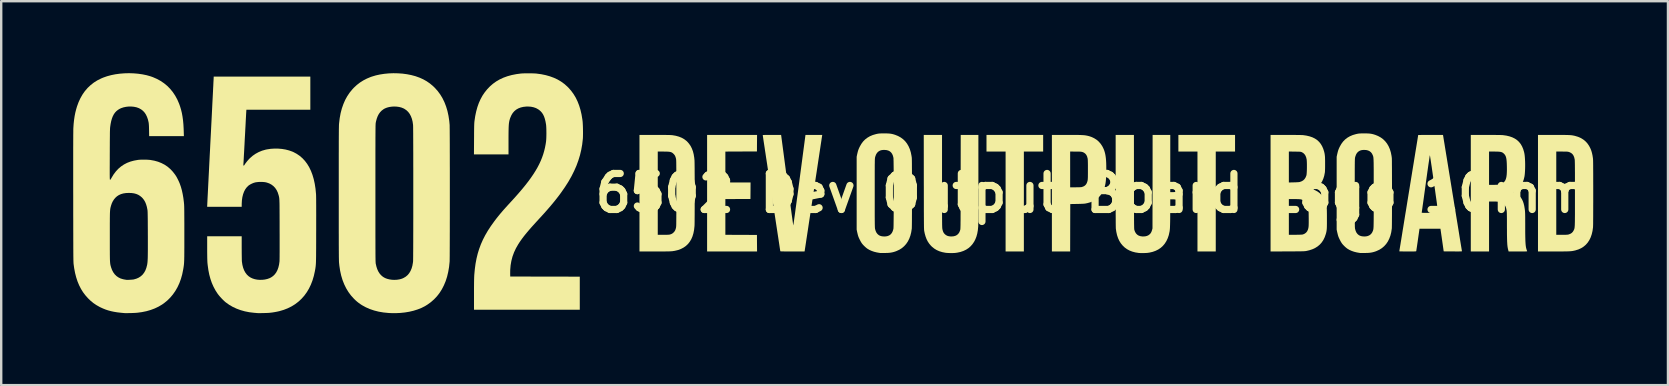
<source format=kicad_pcb>
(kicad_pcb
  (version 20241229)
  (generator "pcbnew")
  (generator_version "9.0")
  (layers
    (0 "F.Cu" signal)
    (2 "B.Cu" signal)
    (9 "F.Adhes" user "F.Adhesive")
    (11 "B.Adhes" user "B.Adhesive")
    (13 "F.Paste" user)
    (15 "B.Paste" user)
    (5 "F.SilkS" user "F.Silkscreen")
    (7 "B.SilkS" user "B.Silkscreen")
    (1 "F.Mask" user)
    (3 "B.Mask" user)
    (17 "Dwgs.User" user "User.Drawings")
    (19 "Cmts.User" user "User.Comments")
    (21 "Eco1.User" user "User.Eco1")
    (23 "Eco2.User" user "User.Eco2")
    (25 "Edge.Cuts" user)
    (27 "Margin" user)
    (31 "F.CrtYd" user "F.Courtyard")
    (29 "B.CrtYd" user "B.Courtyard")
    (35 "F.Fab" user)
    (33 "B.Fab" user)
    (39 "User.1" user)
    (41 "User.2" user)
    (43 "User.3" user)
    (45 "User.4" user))
  (footprint "6502 Dev Output Board Logo 10mm"
    (layer "F.Cu")
    (at 42.473 5)
    (property "Reference" "6502 Dev Output Board Logo 10mm" (at 0 0 0) (layer "F.SilkS") (effects (font (size 1.5 1.5) (thickness 0.3))))
    (attr board_only exclude_from_pos_files exclude_from_bom)
    (fp_poly (pts (xy -2.056 -2.081) (xy -2.056 -1.735) (xy -2.458 -1.735) (xy -2.86 -1.735) (xy -2.86 0.347) (xy -2.86 2.428) (xy -3.241 2.428) (xy -3.621 2.428) (xy -3.621 0.347) (xy -3.621 -1.735) (xy -4.019 -1.735) (xy -4.417 -1.735) (xy -4.417 -2.081) (xy -4.417 -2.428) (xy -3.236 -2.428) (xy -2.056 -2.428)) (stroke (width 0) (type solid)) (fill yes) (layer "F.SilkS"))
    (fp_poly (pts (xy 5.94 -2.081) (xy 5.94 -1.735) (xy 5.538 -1.735) (xy 5.136 -1.735) (xy 5.136 0.347) (xy 5.136 2.428) (xy 4.755 2.428) (xy 4.374 2.428) (xy 4.374 0.347) (xy 4.374 -1.735) (xy 3.977 -1.735) (xy 3.579 -1.735) (xy 3.579 -2.081) (xy 3.579 -2.428) (xy 4.759 -2.428) (xy 5.94 -2.428)) (stroke (width 0) (type solid)) (fill yes) (layer "F.SilkS"))
    (fp_poly (pts (xy -13.98 -2.084) (xy -13.982 -1.739) (xy -14.64 -1.737) (xy -15.298 -1.734) (xy -15.298 -1.091) (xy -15.298 -0.448) (xy -14.773 -0.448) (xy -14.248 -0.448) (xy -14.25 -0.104) (xy -14.253 0.241) (xy -14.775 0.243) (xy -15.298 0.245) (xy -15.298 0.99) (xy -15.298 1.734) (xy -14.64 1.737) (xy -13.982 1.739) (xy -13.98 2.084) (xy -13.977 2.428) (xy -15.018 2.428) (xy -16.059 2.428) (xy -16.059 0) (xy -16.059 -2.428) (xy -15.018 -2.428) (xy -13.977 -2.428)) (stroke (width 0) (type solid)) (fill yes) (layer "F.SilkS"))
    (fp_poly (pts (xy -0.943 -2.428) (xy -0.828 -2.428) (xy -0.729 -2.428) (xy -0.642 -2.427) (xy -0.566 -2.426) (xy -0.501 -2.424) (xy -0.445 -2.422) (xy -0.396 -2.419) (xy -0.353 -2.416) (xy -0.316 -2.412) (xy -0.281 -2.407) (xy -0.249 -2.401) (xy -0.218 -2.395) (xy -0.186 -2.387) (xy -0.165 -2.382) (xy -0.042 -2.342) (xy 0.07 -2.29) (xy 0.171 -2.226) (xy 0.26 -2.15) (xy 0.338 -2.061) (xy 0.406 -1.959) (xy 0.429 -1.915) (xy 0.461 -1.849) (xy 0.488 -1.782) (xy 0.51 -1.712) (xy 0.529 -1.637) (xy 0.544 -1.556) (xy 0.556 -1.467) (xy 0.565 -1.368) (xy 0.571 -1.257) (xy 0.574 -1.133) (xy 0.575 -0.994) (xy 0.575 -0.99) (xy 0.574 -0.849) (xy 0.571 -0.722) (xy 0.564 -0.61) (xy 0.555 -0.509) (xy 0.543 -0.418) (xy 0.527 -0.335) (xy 0.508 -0.26) (xy 0.485 -0.189) (xy 0.458 -0.122) (xy 0.438 -0.08) (xy 0.377 0.026) (xy 0.308 0.119) (xy 0.228 0.2) (xy 0.138 0.269) (xy 0.037 0.327) (xy -0.077 0.375) (xy -0.204 0.411) (xy -0.283 0.428) (xy -0.312 0.433) (xy -0.347 0.437) (xy -0.391 0.44) (xy -0.445 0.442) (xy -0.511 0.445) (xy -0.591 0.447) (xy -0.643 0.448) (xy -0.926 0.453) (xy -0.929 1.44) (xy -0.931 2.428) (xy -1.311 2.428) (xy -1.692 2.428) (xy -1.692 0) (xy -1.692 -0.99) (xy -0.931 -0.99) (xy -0.931 -0.245) (xy -0.709 -0.245) (xy -0.629 -0.246) (xy -0.565 -0.247) (xy -0.515 -0.249) (xy -0.478 -0.252) (xy -0.452 -0.255) (xy -0.444 -0.257) (xy -0.375 -0.282) (xy -0.318 -0.316) (xy -0.273 -0.362) (xy -0.238 -0.42) (xy -0.213 -0.492) (xy -0.205 -0.524) (xy -0.202 -0.541) (xy -0.199 -0.562) (xy -0.197 -0.586) (xy -0.195 -0.617) (xy -0.193 -0.655) (xy -0.192 -0.703) (xy -0.192 -0.761) (xy -0.191 -0.832) (xy -0.191 -0.917) (xy -0.191 -0.99) (xy -0.191 -1.086) (xy -0.191 -1.168) (xy -0.192 -1.235) (xy -0.193 -1.29) (xy -0.194 -1.335) (xy -0.195 -1.372) (xy -0.197 -1.401) (xy -0.2 -1.424) (xy -0.202 -1.443) (xy -0.205 -1.456) (xy -0.226 -1.532) (xy -0.256 -1.593) (xy -0.295 -1.642) (xy -0.343 -1.68) (xy -0.355 -1.687) (xy -0.381 -1.701) (xy -0.406 -1.711) (xy -0.432 -1.719) (xy -0.461 -1.725) (xy -0.496 -1.73) (xy -0.54 -1.732) (xy -0.594 -1.734) (xy -0.662 -1.734) (xy -0.709 -1.734) (xy -0.931 -1.735) (xy -0.931 -0.99) (xy -1.692 -0.99) (xy -1.692 -2.428) (xy -1.072 -2.428)) (stroke (width 0) (type solid)) (fill yes) (layer "F.SilkS"))
    (fp_poly (pts (xy 1.728 -0.472) (xy 1.728 -0.257) (xy 1.729 -0.058) (xy 1.729 0.125) (xy 1.729 0.294) (xy 1.729 0.448) (xy 1.73 0.588) (xy 1.73 0.715) (xy 1.73 0.83) (xy 1.731 0.934) (xy 1.731 1.026) (xy 1.731 1.108) (xy 1.732 1.18) (xy 1.732 1.243) (xy 1.733 1.298) (xy 1.734 1.345) (xy 1.735 1.386) (xy 1.735 1.419) (xy 1.736 1.447) (xy 1.737 1.47) (xy 1.738 1.488) (xy 1.74 1.503) (xy 1.741 1.514) (xy 1.742 1.523) (xy 1.744 1.531) (xy 1.745 1.536) (xy 1.775 1.614) (xy 1.814 1.678) (xy 1.863 1.728) (xy 1.922 1.766) (xy 1.991 1.79) (xy 2.072 1.802) (xy 2.115 1.803) (xy 2.199 1.798) (xy 2.271 1.78) (xy 2.333 1.751) (xy 2.387 1.709) (xy 2.39 1.705) (xy 2.421 1.671) (xy 2.444 1.633) (xy 2.465 1.587) (xy 2.482 1.533) (xy 2.5 1.468) (xy 2.503 -0.48) (xy 2.505 -2.428) (xy 2.873 -2.428) (xy 3.241 -2.428) (xy 3.24 -0.59) (xy 3.24 -0.37) (xy 3.24 -0.166) (xy 3.24 0.022) (xy 3.24 0.196) (xy 3.24 0.355) (xy 3.24 0.501) (xy 3.239 0.634) (xy 3.239 0.755) (xy 3.238 0.864) (xy 3.238 0.963) (xy 3.237 1.052) (xy 3.236 1.131) (xy 3.235 1.202) (xy 3.233 1.264) (xy 3.232 1.319) (xy 3.23 1.368) (xy 3.229 1.411) (xy 3.227 1.448) (xy 3.225 1.481) (xy 3.222 1.51) (xy 3.22 1.535) (xy 3.217 1.558) (xy 3.214 1.58) (xy 3.211 1.6) (xy 3.21 1.603) (xy 3.179 1.746) (xy 3.135 1.876) (xy 3.08 1.994) (xy 3.012 2.101) (xy 2.934 2.194) (xy 2.844 2.276) (xy 2.742 2.345) (xy 2.629 2.401) (xy 2.505 2.445) (xy 2.37 2.476) (xy 2.293 2.487) (xy 2.261 2.49) (xy 2.217 2.492) (xy 2.165 2.494) (xy 2.109 2.494) (xy 2.053 2.495) (xy 2.002 2.494) (xy 1.958 2.493) (xy 1.928 2.491) (xy 1.925 2.49) (xy 1.785 2.468) (xy 1.658 2.434) (xy 1.542 2.389) (xy 1.437 2.332) (xy 1.342 2.263) (xy 1.258 2.183) (xy 1.182 2.091) (xy 1.118 1.988) (xy 1.065 1.874) (xy 1.023 1.748) (xy 0.992 1.609) (xy 0.973 1.479) (xy 0.972 1.46) (xy 0.971 1.423) (xy 0.97 1.371) (xy 0.969 1.301) (xy 0.968 1.215) (xy 0.968 1.113) (xy 0.967 0.994) (xy 0.966 0.859) (xy 0.966 0.708) (xy 0.966 0.541) (xy 0.965 0.357) (xy 0.965 0.159) (xy 0.965 -0.056) (xy 0.965 -0.287) (xy 0.965 -0.516) (xy 0.965 -2.428) (xy 1.345 -2.428) (xy 1.726 -2.428)) (stroke (width 0) (type solid)) (fill yes) (layer "F.SilkS"))
    (fp_poly (pts (xy -11.265 -2.405) (xy -11.267 -2.395) (xy -11.271 -2.369) (xy -11.277 -2.327) (xy -11.286 -2.271) (xy -11.296 -2.2) (xy -11.309 -2.116) (xy -11.324 -2.02) (xy -11.34 -1.911) (xy -11.358 -1.791) (xy -11.378 -1.661) (xy -11.399 -1.52) (xy -11.422 -1.37) (xy -11.446 -1.212) (xy -11.471 -1.045) (xy -11.497 -0.871) (xy -11.525 -0.691) (xy -11.553 -0.504) (xy -11.582 -0.312) (xy -11.611 -0.116) (xy -11.63 0.004) (xy -11.66 0.203) (xy -11.689 0.398) (xy -11.718 0.588) (xy -11.745 0.772) (xy -11.772 0.949) (xy -11.798 1.12) (xy -11.823 1.284) (xy -11.846 1.439) (xy -11.868 1.585) (xy -11.889 1.721) (xy -11.908 1.847) (xy -11.926 1.962) (xy -11.941 2.066) (xy -11.955 2.157) (xy -11.967 2.235) (xy -11.977 2.3) (xy -11.985 2.35) (xy -11.99 2.386) (xy -11.993 2.405) (xy -11.994 2.409) (xy -11.998 2.428) (xy -12.502 2.428) (xy -12.611 2.428) (xy -12.705 2.428) (xy -12.783 2.428) (xy -12.848 2.427) (xy -12.901 2.426) (xy -12.941 2.425) (xy -12.971 2.424) (xy -12.992 2.422) (xy -13.004 2.42) (xy -13.009 2.418) (xy -13.009 2.418) (xy -13.01 2.409) (xy -13.014 2.384) (xy -13.02 2.344) (xy -13.029 2.289) (xy -13.039 2.222) (xy -13.051 2.141) (xy -13.065 2.048) (xy -13.081 1.945) (xy -13.098 1.831) (xy -13.117 1.708) (xy -13.137 1.576) (xy -13.158 1.436) (xy -13.181 1.289) (xy -13.204 1.136) (xy -13.228 0.977) (xy -13.253 0.814) (xy -13.278 0.647) (xy -13.304 0.477) (xy -13.33 0.304) (xy -13.356 0.13) (xy -13.382 -0.044) (xy -13.409 -0.218) (xy -13.435 -0.391) (xy -13.461 -0.563) (xy -13.486 -0.732) (xy -13.511 -0.897) (xy -13.536 -1.058) (xy -13.559 -1.214) (xy -13.582 -1.364) (xy -13.604 -1.508) (xy -13.624 -1.644) (xy -13.644 -1.772) (xy -13.661 -1.891) (xy -13.678 -2) (xy -13.693 -2.098) (xy -13.706 -2.185) (xy -13.717 -2.26) (xy -13.726 -2.321) (xy -13.733 -2.369) (xy -13.738 -2.402) (xy -13.74 -2.419) (xy -13.741 -2.422) (xy -13.733 -2.423) (xy -13.709 -2.424) (xy -13.672 -2.426) (xy -13.623 -2.427) (xy -13.564 -2.427) (xy -13.497 -2.428) (xy -13.422 -2.428) (xy -13.358 -2.428) (xy -12.975 -2.428) (xy -12.725 -0.544) (xy -12.702 -0.367) (xy -12.679 -0.195) (xy -12.657 -0.028) (xy -12.635 0.133) (xy -12.614 0.287) (xy -12.595 0.434) (xy -12.576 0.572) (xy -12.558 0.702) (xy -12.542 0.821) (xy -12.527 0.931) (xy -12.513 1.029) (xy -12.501 1.115) (xy -12.491 1.188) (xy -12.482 1.248) (xy -12.476 1.294) (xy -12.471 1.325) (xy -12.468 1.34) (xy -12.467 1.341) (xy -12.466 1.333) (xy -12.462 1.309) (xy -12.456 1.269) (xy -12.448 1.215) (xy -12.438 1.147) (xy -12.427 1.066) (xy -12.414 0.973) (xy -12.399 0.868) (xy -12.384 0.753) (xy -12.367 0.627) (xy -12.348 0.492) (xy -12.329 0.349) (xy -12.309 0.198) (xy -12.287 0.04) (xy -12.265 -0.125) (xy -12.243 -0.295) (xy -12.219 -0.47) (xy -12.21 -0.544) (xy -11.96 -2.428) (xy -11.61 -2.428) (xy -11.26 -2.428)) (stroke (width 0) (type solid)) (fill yes) (layer "F.SilkS"))
    (fp_poly (pts (xy -6.27 -0.501) (xy -6.269 -0.288) (xy -6.269 -0.091) (xy -6.269 0.09) (xy -6.269 0.257) (xy -6.269 0.409) (xy -6.269 0.548) (xy -6.269 0.674) (xy -6.269 0.787) (xy -6.269 0.889) (xy -6.268 0.98) (xy -6.268 1.062) (xy -6.267 1.133) (xy -6.267 1.196) (xy -6.266 1.25) (xy -6.266 1.297) (xy -6.265 1.337) (xy -6.264 1.371) (xy -6.263 1.4) (xy -6.262 1.423) (xy -6.261 1.443) (xy -6.26 1.459) (xy -6.258 1.472) (xy -6.257 1.483) (xy -6.255 1.493) (xy -6.254 1.502) (xy -6.237 1.567) (xy -6.218 1.619) (xy -6.192 1.663) (xy -6.159 1.702) (xy -6.156 1.705) (xy -6.105 1.747) (xy -6.047 1.777) (xy -5.981 1.795) (xy -5.904 1.803) (xy -5.88 1.803) (xy -5.794 1.797) (xy -5.718 1.778) (xy -5.654 1.746) (xy -5.6 1.701) (xy -5.557 1.643) (xy -5.524 1.571) (xy -5.511 1.525) (xy -5.509 1.518) (xy -5.507 1.509) (xy -5.506 1.498) (xy -5.505 1.483) (xy -5.504 1.465) (xy -5.503 1.443) (xy -5.502 1.415) (xy -5.501 1.382) (xy -5.5 1.342) (xy -5.499 1.296) (xy -5.499 1.242) (xy -5.498 1.179) (xy -5.497 1.108) (xy -5.497 1.027) (xy -5.497 0.935) (xy -5.496 0.833) (xy -5.496 0.719) (xy -5.495 0.593) (xy -5.495 0.454) (xy -5.495 0.301) (xy -5.494 0.134) (xy -5.494 -0.047) (xy -5.494 -0.245) (xy -5.494 -0.458) (xy -5.494 -0.48) (xy -5.491 -2.428) (xy -5.123 -2.428) (xy -4.755 -2.428) (xy -4.755 -0.582) (xy -4.755 -0.361) (xy -4.755 -0.152) (xy -4.755 0.047) (xy -4.756 0.234) (xy -4.756 0.408) (xy -4.757 0.57) (xy -4.757 0.719) (xy -4.758 0.855) (xy -4.758 0.977) (xy -4.759 1.085) (xy -4.76 1.178) (xy -4.761 1.255) (xy -4.761 1.318) (xy -4.762 1.364) (xy -4.763 1.394) (xy -4.764 1.4) (xy -4.778 1.548) (xy -4.802 1.683) (xy -4.836 1.807) (xy -4.88 1.92) (xy -4.934 2.025) (xy -4.996 2.116) (xy -5.075 2.208) (xy -5.165 2.287) (xy -5.266 2.353) (xy -5.379 2.407) (xy -5.503 2.449) (xy -5.638 2.478) (xy -5.703 2.487) (xy -5.753 2.492) (xy -5.816 2.494) (xy -5.885 2.495) (xy -5.956 2.494) (xy -6.024 2.491) (xy -6.085 2.487) (xy -6.125 2.483) (xy -6.26 2.456) (xy -6.382 2.419) (xy -6.494 2.369) (xy -6.595 2.307) (xy -6.687 2.233) (xy -6.736 2.184) (xy -6.805 2.102) (xy -6.865 2.012) (xy -6.915 1.913) (xy -6.956 1.804) (xy -6.99 1.682) (xy -7.008 1.595) (xy -7.01 1.585) (xy -7.012 1.574) (xy -7.014 1.563) (xy -7.015 1.551) (xy -7.017 1.536) (xy -7.018 1.519) (xy -7.019 1.498) (xy -7.02 1.474) (xy -7.021 1.444) (xy -7.022 1.409) (xy -7.023 1.368) (xy -7.023 1.321) (xy -7.024 1.266) (xy -7.024 1.203) (xy -7.025 1.131) (xy -7.025 1.049) (xy -7.026 0.958) (xy -7.026 0.856) (xy -7.027 0.742) (xy -7.027 0.616) (xy -7.027 0.478) (xy -7.027 0.326) (xy -7.028 0.16) (xy -7.028 -0.021) (xy -7.028 -0.218) (xy -7.029 -0.43) (xy -7.029 -0.463) (xy -7.031 -2.428) (xy -6.651 -2.428) (xy -6.27 -2.428)) (stroke (width 0) (type solid)) (fill yes) (layer "F.SilkS"))
    (fp_poly (pts (xy 19.209 -2.428) (xy 19.337 -2.428) (xy 19.45 -2.428) (xy 19.549 -2.427) (xy 19.635 -2.427) (xy 19.71 -2.426) (xy 19.774 -2.425) (xy 19.829 -2.423) (xy 19.876 -2.421) (xy 19.918 -2.418) (xy 19.954 -2.415) (xy 19.987 -2.411) (xy 20.017 -2.406) (xy 20.047 -2.4) (xy 20.077 -2.394) (xy 20.106 -2.387) (xy 20.232 -2.349) (xy 20.347 -2.299) (xy 20.45 -2.236) (xy 20.542 -2.161) (xy 20.623 -2.073) (xy 20.692 -1.972) (xy 20.75 -1.859) (xy 20.788 -1.762) (xy 20.813 -1.673) (xy 20.835 -1.573) (xy 20.851 -1.469) (xy 20.856 -1.423) (xy 20.857 -1.401) (xy 20.859 -1.363) (xy 20.86 -1.309) (xy 20.861 -1.239) (xy 20.862 -1.154) (xy 20.862 -1.054) (xy 20.863 -0.939) (xy 20.864 -0.81) (xy 20.864 -0.667) (xy 20.864 -0.511) (xy 20.865 -0.341) (xy 20.865 -0.159) (xy 20.865 0) (xy 20.865 0.192) (xy 20.865 0.372) (xy 20.864 0.539) (xy 20.864 0.693) (xy 20.863 0.834) (xy 20.863 0.96) (xy 20.862 1.073) (xy 20.861 1.17) (xy 20.861 1.253) (xy 20.86 1.32) (xy 20.858 1.371) (xy 20.857 1.406) (xy 20.856 1.423) (xy 20.835 1.574) (xy 20.802 1.714) (xy 20.758 1.841) (xy 20.702 1.956) (xy 20.635 2.058) (xy 20.556 2.148) (xy 20.466 2.225) (xy 20.365 2.29) (xy 20.252 2.342) (xy 20.128 2.381) (xy 20.106 2.387) (xy 20.075 2.394) (xy 20.045 2.4) (xy 20.016 2.406) (xy 19.985 2.411) (xy 19.952 2.415) (xy 19.915 2.418) (xy 19.874 2.421) (xy 19.826 2.423) (xy 19.77 2.425) (xy 19.706 2.426) (xy 19.631 2.427) (xy 19.544 2.428) (xy 19.445 2.428) (xy 19.331 2.428) (xy 19.209 2.428) (xy 18.563 2.428) (xy 18.563 0) (xy 19.325 0) (xy 19.325 1.735) (xy 19.554 1.735) (xy 19.629 1.734) (xy 19.688 1.734) (xy 19.736 1.732) (xy 19.772 1.73) (xy 19.801 1.728) (xy 19.824 1.724) (xy 19.835 1.721) (xy 19.907 1.695) (xy 19.967 1.658) (xy 20.015 1.609) (xy 20.052 1.547) (xy 20.053 1.546) (xy 20.059 1.532) (xy 20.065 1.519) (xy 20.071 1.507) (xy 20.075 1.493) (xy 20.08 1.478) (xy 20.083 1.461) (xy 20.087 1.441) (xy 20.09 1.416) (xy 20.092 1.387) (xy 20.095 1.353) (xy 20.097 1.312) (xy 20.098 1.264) (xy 20.1 1.208) (xy 20.101 1.143) (xy 20.101 1.068) (xy 20.102 0.984) (xy 20.103 0.888) (xy 20.103 0.78) (xy 20.103 0.659) (xy 20.103 0.525) (xy 20.103 0.377) (xy 20.103 0.213) (xy 20.103 0.033) (xy 20.103 0) (xy 20.103 -0.179) (xy 20.103 -0.342) (xy 20.103 -0.49) (xy 20.103 -0.623) (xy 20.103 -0.743) (xy 20.103 -0.849) (xy 20.102 -0.944) (xy 20.102 -1.027) (xy 20.101 -1.099) (xy 20.101 -1.162) (xy 20.1 -1.216) (xy 20.099 -1.261) (xy 20.098 -1.3) (xy 20.097 -1.332) (xy 20.096 -1.358) (xy 20.095 -1.379) (xy 20.093 -1.396) (xy 20.092 -1.409) (xy 20.09 -1.418) (xy 20.07 -1.501) (xy 20.04 -1.57) (xy 20.001 -1.627) (xy 19.95 -1.671) (xy 19.888 -1.704) (xy 19.849 -1.718) (xy 19.831 -1.723) (xy 19.812 -1.727) (xy 19.79 -1.73) (xy 19.762 -1.732) (xy 19.727 -1.733) (xy 19.683 -1.734) (xy 19.625 -1.734) (xy 19.559 -1.735) (xy 19.325 -1.735) (xy 19.325 0) (xy 18.563 0) (xy 18.563 -2.428)) (stroke (width 0) (type solid)) (fill yes) (layer "F.SilkS"))
    (fp_poly (pts (xy -18.114 -2.428) (xy -18.003 -2.428) (xy -17.907 -2.428) (xy -17.825 -2.427) (xy -17.754 -2.426) (xy -17.694 -2.426) (xy -17.643 -2.424) (xy -17.601 -2.423) (xy -17.566 -2.421) (xy -17.536 -2.419) (xy -17.511 -2.417) (xy -17.5 -2.416) (xy -17.361 -2.392) (xy -17.233 -2.356) (xy -17.117 -2.309) (xy -17.013 -2.25) (xy -16.92 -2.179) (xy -16.891 -2.152) (xy -16.815 -2.066) (xy -16.749 -1.972) (xy -16.695 -1.866) (xy -16.651 -1.75) (xy -16.618 -1.622) (xy -16.595 -1.481) (xy -16.584 -1.371) (xy -16.583 -1.345) (xy -16.582 -1.304) (xy -16.581 -1.248) (xy -16.58 -1.179) (xy -16.579 -1.097) (xy -16.578 -1.005) (xy -16.578 -0.903) (xy -16.577 -0.793) (xy -16.576 -0.675) (xy -16.576 -0.551) (xy -16.576 -0.422) (xy -16.575 -0.289) (xy -16.575 -0.154) (xy -16.575 -0.017) (xy -16.575 0.119) (xy -16.575 0.255) (xy -16.576 0.388) (xy -16.576 0.519) (xy -16.576 0.644) (xy -16.577 0.763) (xy -16.577 0.876) (xy -16.578 0.98) (xy -16.579 1.075) (xy -16.579 1.159) (xy -16.58 1.232) (xy -16.581 1.291) (xy -16.582 1.336) (xy -16.584 1.366) (xy -16.584 1.371) (xy -16.601 1.526) (xy -16.629 1.669) (xy -16.668 1.8) (xy -16.719 1.918) (xy -16.782 2.023) (xy -16.856 2.116) (xy -16.941 2.197) (xy -17.039 2.266) (xy -17.148 2.323) (xy -17.268 2.368) (xy -17.401 2.4) (xy -17.5 2.416) (xy -17.523 2.418) (xy -17.55 2.42) (xy -17.583 2.422) (xy -17.621 2.424) (xy -17.668 2.425) (xy -17.723 2.426) (xy -17.788 2.427) (xy -17.865 2.427) (xy -17.954 2.428) (xy -18.057 2.428) (xy -18.175 2.428) (xy -18.24 2.428) (xy -18.877 2.428) (xy -18.877 0) (xy -18.115 0) (xy -18.115 1.735) (xy -17.886 1.735) (xy -17.811 1.734) (xy -17.751 1.734) (xy -17.704 1.732) (xy -17.667 1.73) (xy -17.638 1.727) (xy -17.616 1.724) (xy -17.604 1.721) (xy -17.546 1.701) (xy -17.496 1.672) (xy -17.45 1.631) (xy -17.444 1.625) (xy -17.413 1.587) (xy -17.388 1.544) (xy -17.369 1.493) (xy -17.355 1.438) (xy -17.353 1.429) (xy -17.352 1.418) (xy -17.35 1.404) (xy -17.349 1.387) (xy -17.347 1.366) (xy -17.346 1.34) (xy -17.345 1.308) (xy -17.344 1.269) (xy -17.344 1.223) (xy -17.343 1.169) (xy -17.343 1.106) (xy -17.342 1.033) (xy -17.342 0.95) (xy -17.341 0.856) (xy -17.341 0.749) (xy -17.341 0.629) (xy -17.341 0.496) (xy -17.341 0.348) (xy -17.341 0.185) (xy -17.341 0.005) (xy -17.341 0) (xy -17.341 -0.18) (xy -17.341 -0.343) (xy -17.341 -0.492) (xy -17.341 -0.626) (xy -17.341 -0.746) (xy -17.341 -0.853) (xy -17.342 -0.948) (xy -17.342 -1.031) (xy -17.343 -1.104) (xy -17.343 -1.168) (xy -17.344 -1.222) (xy -17.344 -1.268) (xy -17.345 -1.307) (xy -17.346 -1.339) (xy -17.347 -1.365) (xy -17.349 -1.387) (xy -17.35 -1.404) (xy -17.351 -1.418) (xy -17.353 -1.429) (xy -17.355 -1.438) (xy -17.355 -1.438) (xy -17.372 -1.5) (xy -17.391 -1.55) (xy -17.416 -1.592) (xy -17.444 -1.625) (xy -17.472 -1.653) (xy -17.499 -1.676) (xy -17.527 -1.694) (xy -17.558 -1.708) (xy -17.595 -1.719) (xy -17.64 -1.726) (xy -17.694 -1.731) (xy -17.76 -1.733) (xy -17.84 -1.734) (xy -17.886 -1.735) (xy -18.115 -1.735) (xy -18.115 0) (xy -18.877 0) (xy -18.877 -2.428) (xy -18.24 -2.428)) (stroke (width 0) (type solid)) (fill yes) (layer "F.SilkS"))
    (fp_poly (pts (xy 16.508 -2.428) (xy 16.621 -2.428) (xy 16.724 -2.427) (xy 16.818 -2.426) (xy 16.901 -2.425) (xy 16.972 -2.424) (xy 17.029 -2.423) (xy 17.072 -2.421) (xy 17.099 -2.42) (xy 17.101 -2.419) (xy 17.245 -2.399) (xy 17.375 -2.368) (xy 17.493 -2.327) (xy 17.598 -2.275) (xy 17.691 -2.212) (xy 17.772 -2.137) (xy 17.841 -2.05) (xy 17.899 -1.951) (xy 17.946 -1.84) (xy 17.983 -1.716) (xy 17.997 -1.652) (xy 18.007 -1.586) (xy 18.015 -1.507) (xy 18.021 -1.418) (xy 18.026 -1.321) (xy 18.028 -1.219) (xy 18.028 -1.117) (xy 18.026 -1.015) (xy 18.022 -0.919) (xy 18.016 -0.83) (xy 18.008 -0.751) (xy 17.998 -0.686) (xy 17.997 -0.682) (xy 17.967 -0.564) (xy 17.928 -0.456) (xy 17.881 -0.36) (xy 17.838 -0.295) (xy 17.784 -0.232) (xy 17.72 -0.172) (xy 17.651 -0.121) (xy 17.581 -0.081) (xy 17.568 -0.075) (xy 17.546 -0.063) (xy 17.533 -0.052) (xy 17.531 -0.047) (xy 17.539 -0.038) (xy 17.557 -0.029) (xy 17.568 -0.026) (xy 17.624 -0.004) (xy 17.684 0.03) (xy 17.743 0.072) (xy 17.794 0.118) (xy 17.847 0.179) (xy 17.892 0.249) (xy 17.931 0.329) (xy 17.963 0.42) (xy 17.989 0.525) (xy 18.009 0.643) (xy 18.014 0.681) (xy 18.018 0.71) (xy 18.021 0.738) (xy 18.023 0.768) (xy 18.025 0.801) (xy 18.027 0.839) (xy 18.028 0.883) (xy 18.029 0.935) (xy 18.03 0.996) (xy 18.03 1.069) (xy 18.03 1.154) (xy 18.031 1.254) (xy 18.031 1.32) (xy 18.031 1.466) (xy 18.031 1.597) (xy 18.032 1.713) (xy 18.034 1.816) (xy 18.036 1.907) (xy 18.038 1.987) (xy 18.042 2.056) (xy 18.046 2.117) (xy 18.051 2.171) (xy 18.057 2.218) (xy 18.064 2.26) (xy 18.073 2.299) (xy 18.083 2.334) (xy 18.094 2.368) (xy 18.106 2.401) (xy 18.111 2.414) (xy 18.111 2.417) (xy 18.109 2.42) (xy 18.103 2.422) (xy 18.091 2.424) (xy 18.073 2.426) (xy 18.045 2.427) (xy 18.008 2.427) (xy 17.96 2.428) (xy 17.9 2.428) (xy 17.825 2.428) (xy 17.735 2.428) (xy 17.728 2.428) (xy 17.339 2.428) (xy 17.325 2.376) (xy 17.316 2.341) (xy 17.308 2.306) (xy 17.301 2.268) (xy 17.294 2.227) (xy 17.289 2.182) (xy 17.284 2.131) (xy 17.281 2.073) (xy 17.277 2.007) (xy 17.275 1.932) (xy 17.273 1.847) (xy 17.271 1.75) (xy 17.27 1.641) (xy 17.27 1.518) (xy 17.269 1.379) (xy 17.269 1.295) (xy 17.269 1.183) (xy 17.269 1.088) (xy 17.268 1.006) (xy 17.267 0.938) (xy 17.266 0.881) (xy 17.265 0.834) (xy 17.263 0.796) (xy 17.261 0.765) (xy 17.259 0.741) (xy 17.257 0.723) (xy 17.239 0.637) (xy 17.215 0.565) (xy 17.184 0.506) (xy 17.144 0.458) (xy 17.096 0.42) (xy 17.046 0.393) (xy 17.008 0.378) (xy 16.967 0.366) (xy 16.921 0.358) (xy 16.865 0.352) (xy 16.799 0.348) (xy 16.719 0.347) (xy 16.697 0.347) (xy 16.524 0.347) (xy 16.524 1.388) (xy 16.524 2.428) (xy 16.144 2.428) (xy 15.763 2.428) (xy 15.763 0) (xy 15.763 -1.041) (xy 16.524 -1.041) (xy 16.524 -0.347) (xy 16.691 -0.347) (xy 16.747 -0.348) (xy 16.802 -0.349) (xy 16.85 -0.351) (xy 16.89 -0.353) (xy 16.915 -0.355) (xy 16.998 -0.375) (xy 17.071 -0.406) (xy 17.109 -0.431) (xy 17.145 -0.462) (xy 17.175 -0.496) (xy 17.201 -0.536) (xy 17.221 -0.583) (xy 17.238 -0.638) (xy 17.251 -0.703) (xy 17.26 -0.778) (xy 17.265 -0.866) (xy 17.268 -0.967) (xy 17.267 -1.083) (xy 17.266 -1.138) (xy 17.263 -1.239) (xy 17.258 -1.325) (xy 17.251 -1.397) (xy 17.241 -1.459) (xy 17.228 -1.51) (xy 17.211 -1.554) (xy 17.19 -1.591) (xy 17.165 -1.624) (xy 17.149 -1.641) (xy 17.122 -1.666) (xy 17.095 -1.686) (xy 17.066 -1.702) (xy 17.032 -1.714) (xy 16.991 -1.723) (xy 16.942 -1.729) (xy 16.882 -1.732) (xy 16.809 -1.734) (xy 16.738 -1.735) (xy 16.524 -1.735) (xy 16.524 -1.041) (xy 15.763 -1.041) (xy 15.763 -2.428) (xy 16.388 -2.428)) (stroke (width 0) (type solid)) (fill yes) (layer "F.SilkS"))
    (fp_poly (pts (xy 14.608 -2.409) (xy 14.61 -2.399) (xy 14.614 -2.374) (xy 14.621 -2.332) (xy 14.63 -2.276) (xy 14.641 -2.206) (xy 14.655 -2.123) (xy 14.671 -2.027) (xy 14.688 -1.919) (xy 14.708 -1.799) (xy 14.729 -1.669) (xy 14.752 -1.529) (xy 14.776 -1.38) (xy 14.802 -1.221) (xy 14.829 -1.055) (xy 14.857 -0.882) (xy 14.887 -0.701) (xy 14.917 -0.515) (xy 14.948 -0.323) (xy 14.98 -0.127) (xy 15.001 0.004) (xy 15.034 0.203) (xy 15.065 0.398) (xy 15.096 0.588) (xy 15.126 0.772) (xy 15.155 0.95) (xy 15.183 1.121) (xy 15.21 1.284) (xy 15.235 1.439) (xy 15.259 1.586) (xy 15.281 1.722) (xy 15.301 1.848) (xy 15.32 1.964) (xy 15.337 2.068) (xy 15.352 2.159) (xy 15.365 2.238) (xy 15.376 2.303) (xy 15.384 2.353) (xy 15.39 2.389) (xy 15.393 2.409) (xy 15.394 2.414) (xy 15.394 2.417) (xy 15.392 2.42) (xy 15.385 2.422) (xy 15.373 2.424) (xy 15.354 2.425) (xy 15.326 2.426) (xy 15.289 2.427) (xy 15.241 2.427) (xy 15.18 2.427) (xy 15.104 2.427) (xy 15.016 2.426) (xy 14.634 2.424) (xy 14.567 1.952) (xy 14.499 1.481) (xy 14.063 1.481) (xy 13.626 1.481) (xy 13.56 1.94) (xy 13.548 2.026) (xy 13.536 2.108) (xy 13.525 2.183) (xy 13.515 2.251) (xy 13.506 2.309) (xy 13.499 2.355) (xy 13.494 2.389) (xy 13.491 2.409) (xy 13.49 2.414) (xy 13.488 2.417) (xy 13.483 2.42) (xy 13.475 2.423) (xy 13.46 2.424) (xy 13.438 2.426) (xy 13.408 2.427) (xy 13.367 2.428) (xy 13.315 2.428) (xy 13.249 2.428) (xy 13.168 2.428) (xy 13.135 2.428) (xy 13.06 2.428) (xy 12.99 2.428) (xy 12.928 2.427) (xy 12.875 2.426) (xy 12.832 2.426) (xy 12.802 2.424) (xy 12.787 2.423) (xy 12.785 2.423) (xy 12.786 2.414) (xy 12.79 2.389) (xy 12.796 2.349) (xy 12.805 2.294) (xy 12.816 2.225) (xy 12.83 2.143) (xy 12.845 2.048) (xy 12.863 1.941) (xy 12.882 1.822) (xy 12.903 1.693) (xy 12.925 1.553) (xy 12.95 1.404) (xy 12.975 1.247) (xy 13.002 1.081) (xy 13.03 0.907) (xy 13.046 0.81) (xy 13.718 0.81) (xy 13.721 0.813) (xy 13.728 0.815) (xy 13.741 0.817) (xy 13.761 0.818) (xy 13.79 0.819) (xy 13.829 0.82) (xy 13.88 0.82) (xy 13.945 0.821) (xy 14.024 0.821) (xy 14.06 0.821) (xy 14.406 0.821) (xy 14.388 0.687) (xy 14.364 0.521) (xy 14.341 0.355) (xy 14.318 0.191) (xy 14.295 0.029) (xy 14.273 -0.131) (xy 14.251 -0.286) (xy 14.229 -0.437) (xy 14.208 -0.582) (xy 14.188 -0.72) (xy 14.169 -0.852) (xy 14.151 -0.975) (xy 14.135 -1.089) (xy 14.119 -1.194) (xy 14.105 -1.288) (xy 14.093 -1.371) (xy 14.082 -1.441) (xy 14.073 -1.498) (xy 14.066 -1.541) (xy 14.061 -1.569) (xy 14.058 -1.582) (xy 14.058 -1.582) (xy 14.056 -1.574) (xy 14.051 -1.55) (xy 14.045 -1.51) (xy 14.037 -1.456) (xy 14.027 -1.389) (xy 14.015 -1.308) (xy 14.001 -1.216) (xy 13.986 -1.112) (xy 13.97 -0.997) (xy 13.952 -0.873) (xy 13.934 -0.74) (xy 13.914 -0.598) (xy 13.893 -0.449) (xy 13.886 -0.396) (xy 13.867 -0.256) (xy 13.848 -0.12) (xy 13.83 0.01) (xy 13.813 0.133) (xy 13.797 0.25) (xy 13.782 0.357) (xy 13.768 0.456) (xy 13.755 0.544) (xy 13.745 0.622) (xy 13.735 0.687) (xy 13.728 0.739) (xy 13.723 0.776) (xy 13.719 0.799) (xy 13.718 0.806) (xy 13.718 0.81) (xy 13.046 0.81) (xy 13.06 0.727) (xy 13.09 0.541) (xy 13.121 0.349) (xy 13.153 0.153) (xy 13.178 -0.000363) (xy 13.211 -0.2) (xy 13.242 -0.396) (xy 13.273 -0.586) (xy 13.303 -0.771) (xy 13.332 -0.95) (xy 13.36 -1.121) (xy 13.387 -1.285) (xy 13.412 -1.441) (xy 13.436 -1.588) (xy 13.458 -1.725) (xy 13.479 -1.852) (xy 13.498 -1.968) (xy 13.515 -2.072) (xy 13.53 -2.164) (xy 13.543 -2.243) (xy 13.553 -2.309) (xy 13.561 -2.36) (xy 13.567 -2.397) (xy 13.571 -2.418) (xy 13.571 -2.423) (xy 13.58 -2.424) (xy 13.603 -2.425) (xy 13.641 -2.426) (xy 13.691 -2.426) (xy 13.753 -2.427) (xy 13.824 -2.428) (xy 13.903 -2.428) (xy 13.989 -2.428) (xy 14.081 -2.428) (xy 14.087 -2.428) (xy 14.603 -2.428)) (stroke (width 0) (type solid)) (fill yes) (layer "F.SilkS"))
    (fp_poly (pts (xy 8.175 -2.428) (xy 8.287 -2.428) (xy 8.39 -2.427) (xy 8.484 -2.426) (xy 8.567 -2.426) (xy 8.638 -2.424) (xy 8.696 -2.423) (xy 8.74 -2.422) (xy 8.768 -2.42) (xy 8.772 -2.42) (xy 8.916 -2.399) (xy 9.046 -2.368) (xy 9.163 -2.328) (xy 9.267 -2.277) (xy 9.359 -2.215) (xy 9.439 -2.142) (xy 9.508 -2.058) (xy 9.566 -1.961) (xy 9.614 -1.853) (xy 9.649 -1.743) (xy 9.66 -1.7) (xy 9.669 -1.66) (xy 9.676 -1.62) (xy 9.681 -1.579) (xy 9.686 -1.533) (xy 9.689 -1.48) (xy 9.69 -1.419) (xy 9.692 -1.346) (xy 9.692 -1.259) (xy 9.692 -1.227) (xy 9.692 -1.126) (xy 9.691 -1.041) (xy 9.689 -0.972) (xy 9.687 -0.917) (xy 9.684 -0.876) (xy 9.681 -0.855) (xy 9.655 -0.723) (xy 9.618 -0.605) (xy 9.572 -0.5) (xy 9.551 -0.462) (xy 9.501 -0.391) (xy 9.438 -0.323) (xy 9.367 -0.261) (xy 9.29 -0.209) (xy 9.246 -0.185) (xy 9.224 -0.173) (xy 9.21 -0.163) (xy 9.208 -0.159) (xy 9.216 -0.152) (xy 9.236 -0.142) (xy 9.264 -0.128) (xy 9.274 -0.124) (xy 9.374 -0.071) (xy 9.463 -0.006) (xy 9.541 0.072) (xy 9.608 0.162) (xy 9.664 0.266) (xy 9.709 0.382) (xy 9.743 0.512) (xy 9.757 0.592) (xy 9.76 0.617) (xy 9.763 0.653) (xy 9.765 0.699) (xy 9.766 0.757) (xy 9.767 0.828) (xy 9.768 0.914) (xy 9.768 1.015) (xy 9.768 1.075) (xy 9.768 1.176) (xy 9.768 1.263) (xy 9.767 1.337) (xy 9.766 1.399) (xy 9.764 1.452) (xy 9.761 1.497) (xy 9.757 1.536) (xy 9.752 1.572) (xy 9.746 1.605) (xy 9.739 1.638) (xy 9.73 1.672) (xy 9.719 1.71) (xy 9.718 1.713) (xy 9.674 1.838) (xy 9.619 1.951) (xy 9.552 2.051) (xy 9.473 2.14) (xy 9.382 2.217) (xy 9.279 2.282) (xy 9.164 2.336) (xy 9.036 2.378) (xy 8.922 2.405) (xy 8.905 2.408) (xy 8.888 2.411) (xy 8.87 2.413) (xy 8.85 2.415) (xy 8.826 2.417) (xy 8.798 2.419) (xy 8.764 2.42) (xy 8.723 2.421) (xy 8.674 2.422) (xy 8.615 2.423) (xy 8.546 2.424) (xy 8.464 2.424) (xy 8.37 2.425) (xy 8.261 2.425) (xy 8.136 2.426) (xy 8.125 2.426) (xy 7.42 2.429) (xy 7.42 0.99) (xy 8.182 0.99) (xy 8.182 1.735) (xy 8.459 1.733) (xy 8.538 1.732) (xy 8.602 1.731) (xy 8.653 1.729) (xy 8.692 1.728) (xy 8.723 1.725) (xy 8.746 1.723) (xy 8.764 1.72) (xy 8.778 1.715) (xy 8.779 1.715) (xy 8.845 1.685) (xy 8.901 1.642) (xy 8.945 1.587) (xy 8.975 1.523) (xy 8.976 1.519) (xy 8.985 1.491) (xy 8.992 1.464) (xy 8.998 1.437) (xy 9.002 1.406) (xy 9.006 1.371) (xy 9.008 1.329) (xy 9.009 1.279) (xy 9.01 1.219) (xy 9.01 1.147) (xy 9.01 1.061) (xy 9.009 0.99) (xy 9.008 0.901) (xy 9.007 0.828) (xy 9.006 0.768) (xy 9.005 0.72) (xy 9.003 0.681) (xy 9.002 0.65) (xy 8.999 0.624) (xy 8.997 0.604) (xy 8.993 0.585) (xy 8.989 0.567) (xy 8.987 0.561) (xy 8.96 0.478) (xy 8.923 0.409) (xy 8.877 0.353) (xy 8.82 0.309) (xy 8.751 0.277) (xy 8.681 0.257) (xy 8.653 0.253) (xy 8.614 0.25) (xy 8.562 0.247) (xy 8.497 0.246) (xy 8.415 0.246) (xy 8.404 0.246) (xy 8.182 0.245) (xy 8.182 0.99) (xy 7.42 0.99) (xy 7.42 0.000405) (xy 7.42 -1.091) (xy 8.182 -1.091) (xy 8.182 -0.446) (xy 8.387 -0.451) (xy 8.464 -0.453) (xy 8.525 -0.456) (xy 8.573 -0.459) (xy 8.609 -0.463) (xy 8.636 -0.467) (xy 8.641 -0.469) (xy 8.717 -0.497) (xy 8.781 -0.535) (xy 8.834 -0.586) (xy 8.876 -0.649) (xy 8.908 -0.725) (xy 8.915 -0.749) (xy 8.92 -0.776) (xy 8.924 -0.817) (xy 8.928 -0.87) (xy 8.931 -0.932) (xy 8.933 -1) (xy 8.934 -1.071) (xy 8.934 -1.142) (xy 8.934 -1.212) (xy 8.932 -1.277) (xy 8.93 -1.335) (xy 8.926 -1.382) (xy 8.923 -1.412) (xy 8.902 -1.497) (xy 8.871 -1.57) (xy 8.829 -1.63) (xy 8.778 -1.677) (xy 8.717 -1.711) (xy 8.702 -1.716) (xy 8.687 -1.721) (xy 8.67 -1.724) (xy 8.649 -1.727) (xy 8.621 -1.729) (xy 8.585 -1.73) (xy 8.537 -1.731) (xy 8.477 -1.732) (xy 8.425 -1.733) (xy 8.182 -1.736) (xy 8.182 -1.091) (xy 7.42 -1.091) (xy 7.42 -2.428) (xy 8.055 -2.428)) (stroke (width 0) (type solid)) (fill yes) (layer "F.SilkS"))
    (fp_poly (pts (xy -23.416 -4.995) (xy -23.341 -4.993) (xy -23.272 -4.991) (xy -23.214 -4.988) (xy -23.175 -4.985) (xy -22.973 -4.958) (xy -22.784 -4.919) (xy -22.608 -4.869) (xy -22.442 -4.808) (xy -22.288 -4.736) (xy -22.144 -4.651) (xy -22.01 -4.554) (xy -21.886 -4.445) (xy -21.832 -4.391) (xy -21.721 -4.264) (xy -21.622 -4.128) (xy -21.533 -3.981) (xy -21.457 -3.823) (xy -21.391 -3.654) (xy -21.336 -3.474) (xy -21.291 -3.28) (xy -21.257 -3.074) (xy -21.25 -3.021) (xy -21.244 -2.967) (xy -21.24 -2.9) (xy -21.236 -2.823) (xy -21.233 -2.739) (xy -21.231 -2.651) (xy -21.23 -2.562) (xy -21.23 -2.477) (xy -21.231 -2.397) (xy -21.233 -2.327) (xy -21.236 -2.27) (xy -21.237 -2.264) (xy -21.263 -2.034) (xy -21.303 -1.807) (xy -21.356 -1.584) (xy -21.424 -1.362) (xy -21.505 -1.141) (xy -21.602 -0.921) (xy -21.713 -0.7) (xy -21.84 -0.477) (xy -21.983 -0.253) (xy -22.142 -0.025) (xy -22.229 0.093) (xy -22.319 0.21) (xy -22.413 0.329) (xy -22.513 0.45) (xy -22.619 0.576) (xy -22.733 0.707) (xy -22.856 0.846) (xy -22.99 0.993) (xy -23.073 1.083) (xy -23.192 1.213) (xy -23.3 1.332) (xy -23.398 1.441) (xy -23.486 1.543) (xy -23.566 1.637) (xy -23.639 1.726) (xy -23.705 1.809) (xy -23.765 1.889) (xy -23.821 1.967) (xy -23.874 2.044) (xy -23.923 2.12) (xy -23.928 2.128) (xy -24.024 2.295) (xy -24.104 2.466) (xy -24.168 2.641) (xy -24.215 2.821) (xy -24.247 3.006) (xy -24.263 3.198) (xy -24.265 3.367) (xy -24.262 3.473) (xy -22.813 3.475) (xy -21.364 3.478) (xy -21.364 4.167) (xy -21.364 4.857) (xy -23.568 4.857) (xy -25.772 4.857) (xy -25.772 4.216) (xy -25.772 4.078) (xy -25.772 3.956) (xy -25.771 3.848) (xy -25.77 3.754) (xy -25.769 3.671) (xy -25.768 3.6) (xy -25.766 3.537) (xy -25.764 3.483) (xy -25.762 3.436) (xy -25.76 3.401) (xy -25.738 3.165) (xy -25.708 2.941) (xy -25.668 2.727) (xy -25.618 2.521) (xy -25.557 2.323) (xy -25.485 2.129) (xy -25.401 1.939) (xy -25.304 1.75) (xy -25.193 1.56) (xy -25.068 1.369) (xy -24.928 1.174) (xy -24.885 1.117) (xy -24.82 1.032) (xy -24.753 0.949) (xy -24.684 0.864) (xy -24.61 0.777) (xy -24.53 0.685) (xy -24.442 0.587) (xy -24.345 0.48) (xy -24.254 0.381) (xy -24.08 0.191) (xy -23.92 0.01) (xy -23.772 -0.163) (xy -23.637 -0.328) (xy -23.513 -0.487) (xy -23.401 -0.64) (xy -23.3 -0.788) (xy -23.208 -0.933) (xy -23.126 -1.074) (xy -23.054 -1.213) (xy -22.99 -1.35) (xy -22.935 -1.487) (xy -22.887 -1.624) (xy -22.847 -1.762) (xy -22.813 -1.902) (xy -22.786 -2.044) (xy -22.771 -2.141) (xy -22.766 -2.192) (xy -22.761 -2.257) (xy -22.758 -2.331) (xy -22.756 -2.412) (xy -22.755 -2.496) (xy -22.756 -2.581) (xy -22.757 -2.662) (xy -22.76 -2.737) (xy -22.764 -2.803) (xy -22.769 -2.856) (xy -22.771 -2.868) (xy -22.793 -2.991) (xy -22.82 -3.099) (xy -22.852 -3.194) (xy -22.891 -3.276) (xy -22.937 -3.348) (xy -22.992 -3.411) (xy -23.054 -3.465) (xy -23.097 -3.495) (xy -23.187 -3.545) (xy -23.288 -3.58) (xy -23.398 -3.603) (xy -23.517 -3.611) (xy -23.594 -3.61) (xy -23.715 -3.597) (xy -23.826 -3.571) (xy -23.925 -3.533) (xy -24.014 -3.482) (xy -24.091 -3.418) (xy -24.158 -3.341) (xy -24.213 -3.251) (xy -24.258 -3.148) (xy -24.272 -3.11) (xy -24.283 -3.073) (xy -24.293 -3.037) (xy -24.302 -2.999) (xy -24.309 -2.958) (xy -24.316 -2.913) (xy -24.321 -2.863) (xy -24.325 -2.805) (xy -24.328 -2.74) (xy -24.33 -2.665) (xy -24.332 -2.579) (xy -24.333 -2.481) (xy -24.334 -2.37) (xy -24.334 -2.243) (xy -24.334 -2.182) (xy -24.334 -1.616) (xy -25.054 -1.616) (xy -25.774 -1.616) (xy -25.77 -2.253) (xy -25.769 -2.377) (xy -25.769 -2.485) (xy -25.768 -2.579) (xy -25.767 -2.661) (xy -25.766 -2.73) (xy -25.765 -2.79) (xy -25.763 -2.84) (xy -25.762 -2.883) (xy -25.76 -2.919) (xy -25.758 -2.951) (xy -25.755 -2.978) (xy -25.752 -3.004) (xy -25.752 -3.008) (xy -25.721 -3.215) (xy -25.68 -3.409) (xy -25.63 -3.591) (xy -25.57 -3.76) (xy -25.499 -3.918) (xy -25.418 -4.066) (xy -25.325 -4.203) (xy -25.221 -4.332) (xy -25.107 -4.451) (xy -24.983 -4.559) (xy -24.848 -4.656) (xy -24.703 -4.74) (xy -24.546 -4.813) (xy -24.378 -4.874) (xy -24.199 -4.923) (xy -24.007 -4.961) (xy -23.826 -4.985) (xy -23.78 -4.989) (xy -23.721 -4.992) (xy -23.651 -4.994) (xy -23.575 -4.995) (xy -23.496 -4.995)) (stroke (width 0) (type solid)) (fill yes) (layer "F.SilkS"))
    (fp_poly (pts (xy -8.594 -2.491) (xy -8.521 -2.489) (xy -8.458 -2.484) (xy -8.401 -2.477) (xy -8.347 -2.467) (xy -8.293 -2.453) (xy -8.235 -2.435) (xy -8.225 -2.432) (xy -8.103 -2.383) (xy -7.992 -2.322) (xy -7.892 -2.249) (xy -7.804 -2.163) (xy -7.728 -2.065) (xy -7.664 -1.955) (xy -7.611 -1.833) (xy -7.57 -1.699) (xy -7.541 -1.552) (xy -7.53 -1.476) (xy -7.529 -1.457) (xy -7.528 -1.422) (xy -7.527 -1.37) (xy -7.526 -1.303) (xy -7.525 -1.22) (xy -7.525 -1.123) (xy -7.524 -1.011) (xy -7.523 -0.885) (xy -7.523 -0.746) (xy -7.523 -0.594) (xy -7.522 -0.429) (xy -7.522 -0.252) (xy -7.522 -0.063) (xy -7.522 0) (xy -7.522 0.193) (xy -7.522 0.373) (xy -7.522 0.542) (xy -7.523 0.699) (xy -7.523 0.842) (xy -7.524 0.972) (xy -7.524 1.088) (xy -7.525 1.19) (xy -7.526 1.278) (xy -7.527 1.35) (xy -7.528 1.407) (xy -7.529 1.448) (xy -7.53 1.472) (xy -7.53 1.476) (xy -7.554 1.629) (xy -7.589 1.769) (xy -7.636 1.897) (xy -7.695 2.013) (xy -7.766 2.117) (xy -7.848 2.208) (xy -7.941 2.288) (xy -8.047 2.355) (xy -8.164 2.409) (xy -8.225 2.432) (xy -8.286 2.451) (xy -8.344 2.465) (xy -8.402 2.476) (xy -8.464 2.484) (xy -8.534 2.489) (xy -8.615 2.491) (xy -8.651 2.492) (xy -8.706 2.493) (xy -8.757 2.493) (xy -8.8 2.493) (xy -8.832 2.492) (xy -8.852 2.491) (xy -8.854 2.491) (xy -8.984 2.469) (xy -9.099 2.441) (xy -9.203 2.405) (xy -9.298 2.362) (xy -9.382 2.312) (xy -9.423 2.281) (xy -9.469 2.241) (xy -9.517 2.196) (xy -9.562 2.149) (xy -9.599 2.105) (xy -9.604 2.099) (xy -9.629 2.062) (xy -9.658 2.014) (xy -9.687 1.959) (xy -9.716 1.901) (xy -9.741 1.846) (xy -9.76 1.798) (xy -9.764 1.785) (xy -9.773 1.755) (xy -9.784 1.713) (xy -9.795 1.666) (xy -9.805 1.625) (xy -9.827 1.519) (xy -9.827 0) (xy -9.074 0) (xy -9.074 0.183) (xy -9.074 0.35) (xy -9.074 0.501) (xy -9.074 0.638) (xy -9.074 0.761) (xy -9.074 0.871) (xy -9.074 0.969) (xy -9.073 1.056) (xy -9.073 1.131) (xy -9.072 1.197) (xy -9.072 1.254) (xy -9.071 1.302) (xy -9.07 1.343) (xy -9.069 1.378) (xy -9.068 1.406) (xy -9.067 1.429) (xy -9.066 1.448) (xy -9.064 1.463) (xy -9.063 1.475) (xy -9.061 1.485) (xy -9.06 1.491) (xy -9.035 1.575) (xy -9.002 1.645) (xy -8.959 1.701) (xy -8.906 1.746) (xy -8.864 1.769) (xy -8.807 1.789) (xy -8.74 1.8) (xy -8.669 1.804) (xy -8.599 1.799) (xy -8.534 1.785) (xy -8.513 1.778) (xy -8.45 1.747) (xy -8.398 1.704) (xy -8.356 1.648) (xy -8.323 1.58) (xy -8.299 1.498) (xy -8.295 1.477) (xy -8.293 1.46) (xy -8.292 1.428) (xy -8.29 1.38) (xy -8.289 1.319) (xy -8.288 1.245) (xy -8.287 1.16) (xy -8.286 1.065) (xy -8.285 0.96) (xy -8.284 0.848) (xy -8.284 0.728) (xy -8.283 0.602) (xy -8.283 0.471) (xy -8.282 0.337) (xy -8.282 0.2) (xy -8.282 0.061) (xy -8.282 -0.078) (xy -8.282 -0.217) (xy -8.282 -0.354) (xy -8.283 -0.488) (xy -8.283 -0.618) (xy -8.284 -0.743) (xy -8.284 -0.862) (xy -8.285 -0.974) (xy -8.286 -1.077) (xy -8.287 -1.171) (xy -8.288 -1.255) (xy -8.289 -1.327) (xy -8.291 -1.387) (xy -8.292 -1.432) (xy -8.293 -1.463) (xy -8.295 -1.477) (xy -8.317 -1.564) (xy -8.349 -1.637) (xy -8.391 -1.696) (xy -8.443 -1.742) (xy -8.506 -1.775) (xy -8.579 -1.795) (xy -8.663 -1.803) (xy -8.673 -1.803) (xy -8.737 -1.801) (xy -8.789 -1.794) (xy -8.834 -1.782) (xy -8.877 -1.763) (xy -8.935 -1.725) (xy -8.983 -1.672) (xy -9.022 -1.606) (xy -9.051 -1.525) (xy -9.06 -1.491) (xy -9.062 -1.482) (xy -9.063 -1.471) (xy -9.065 -1.458) (xy -9.066 -1.441) (xy -9.068 -1.421) (xy -9.069 -1.397) (xy -9.07 -1.366) (xy -9.071 -1.33) (xy -9.071 -1.286) (xy -9.072 -1.235) (xy -9.073 -1.175) (xy -9.073 -1.106) (xy -9.073 -1.027) (xy -9.074 -0.936) (xy -9.074 -0.834) (xy -9.074 -0.72) (xy -9.074 -0.592) (xy -9.074 -0.45) (xy -9.074 -0.293) (xy -9.074 -0.121) (xy -9.074 0) (xy -9.827 0) (xy -9.827 -1.519) (xy -9.805 -1.625) (xy -9.789 -1.693) (xy -9.774 -1.751) (xy -9.758 -1.801) (xy -9.739 -1.85) (xy -9.715 -1.903) (xy -9.696 -1.942) (xy -9.633 -2.053) (xy -9.56 -2.152) (xy -9.476 -2.238) (xy -9.381 -2.311) (xy -9.275 -2.373) (xy -9.157 -2.423) (xy -9.026 -2.461) (xy -8.973 -2.473) (xy -8.94 -2.479) (xy -8.909 -2.484) (xy -8.876 -2.487) (xy -8.839 -2.489) (xy -8.795 -2.491) (xy -8.739 -2.491) (xy -8.681 -2.492)) (stroke (width 0) (type solid)) (fill yes) (layer "F.SilkS"))
    (fp_poly (pts (xy 11.408 -2.491) (xy 11.481 -2.489) (xy 11.544 -2.484) (xy 11.601 -2.477) (xy 11.654 -2.467) (xy 11.709 -2.453) (xy 11.766 -2.435) (xy 11.777 -2.432) (xy 11.899 -2.383) (xy 12.01 -2.322) (xy 12.11 -2.249) (xy 12.197 -2.163) (xy 12.274 -2.065) (xy 12.338 -1.955) (xy 12.391 -1.833) (xy 12.432 -1.699) (xy 12.461 -1.552) (xy 12.471 -1.476) (xy 12.473 -1.457) (xy 12.474 -1.422) (xy 12.475 -1.37) (xy 12.476 -1.303) (xy 12.476 -1.22) (xy 12.477 -1.123) (xy 12.478 -1.011) (xy 12.478 -0.885) (xy 12.479 -0.746) (xy 12.479 -0.594) (xy 12.48 -0.429) (xy 12.48 -0.252) (xy 12.48 -0.063) (xy 12.48 0) (xy 12.48 0.193) (xy 12.48 0.373) (xy 12.479 0.542) (xy 12.479 0.699) (xy 12.479 0.842) (xy 12.478 0.972) (xy 12.477 1.088) (xy 12.477 1.19) (xy 12.476 1.278) (xy 12.475 1.35) (xy 12.474 1.407) (xy 12.473 1.448) (xy 12.472 1.472) (xy 12.471 1.476) (xy 12.448 1.629) (xy 12.413 1.769) (xy 12.365 1.897) (xy 12.307 2.013) (xy 12.236 2.117) (xy 12.154 2.208) (xy 12.06 2.288) (xy 11.955 2.355) (xy 11.838 2.409) (xy 11.777 2.432) (xy 11.715 2.451) (xy 11.658 2.465) (xy 11.6 2.476) (xy 11.538 2.484) (xy 11.468 2.489) (xy 11.387 2.491) (xy 11.35 2.492) (xy 11.296 2.493) (xy 11.245 2.493) (xy 11.202 2.493) (xy 11.169 2.492) (xy 11.15 2.491) (xy 11.147 2.491) (xy 11.018 2.469) (xy 10.903 2.441) (xy 10.799 2.405) (xy 10.704 2.362) (xy 10.62 2.312) (xy 10.579 2.281) (xy 10.532 2.241) (xy 10.485 2.196) (xy 10.44 2.149) (xy 10.402 2.105) (xy 10.398 2.099) (xy 10.373 2.062) (xy 10.344 2.014) (xy 10.315 1.959) (xy 10.286 1.901) (xy 10.261 1.846) (xy 10.242 1.798) (xy 10.238 1.785) (xy 10.229 1.755) (xy 10.218 1.713) (xy 10.207 1.666) (xy 10.197 1.625) (xy 10.174 1.519) (xy 10.174 0) (xy 10.927 0) (xy 10.927 0.183) (xy 10.927 0.35) (xy 10.928 0.501) (xy 10.928 0.638) (xy 10.928 0.761) (xy 10.928 0.871) (xy 10.928 0.969) (xy 10.929 1.056) (xy 10.929 1.131) (xy 10.929 1.197) (xy 10.93 1.254) (xy 10.931 1.302) (xy 10.932 1.343) (xy 10.932 1.378) (xy 10.933 1.406) (xy 10.935 1.429) (xy 10.936 1.448) (xy 10.937 1.463) (xy 10.939 1.475) (xy 10.941 1.485) (xy 10.942 1.491) (xy 10.967 1.575) (xy 11 1.645) (xy 11.043 1.701) (xy 11.096 1.746) (xy 11.138 1.769) (xy 11.195 1.789) (xy 11.262 1.8) (xy 11.333 1.804) (xy 11.403 1.799) (xy 11.467 1.785) (xy 11.488 1.778) (xy 11.554 1.745) (xy 11.607 1.7) (xy 11.651 1.641) (xy 11.68 1.579) (xy 11.685 1.566) (xy 11.689 1.554) (xy 11.693 1.541) (xy 11.697 1.528) (xy 11.7 1.513) (xy 11.703 1.496) (xy 11.706 1.475) (xy 11.708 1.45) (xy 11.71 1.42) (xy 11.712 1.385) (xy 11.713 1.343) (xy 11.714 1.294) (xy 11.715 1.237) (xy 11.716 1.171) (xy 11.717 1.095) (xy 11.717 1.009) (xy 11.718 0.912) (xy 11.718 0.803) (xy 11.718 0.681) (xy 11.718 0.545) (xy 11.718 0.396) (xy 11.719 0.231) (xy 11.719 0.05) (xy 11.719 0) (xy 11.719 -0.185) (xy 11.718 -0.354) (xy 11.718 -0.508) (xy 11.718 -0.647) (xy 11.718 -0.772) (xy 11.718 -0.885) (xy 11.718 -0.985) (xy 11.717 -1.074) (xy 11.716 -1.152) (xy 11.716 -1.22) (xy 11.715 -1.28) (xy 11.713 -1.331) (xy 11.712 -1.375) (xy 11.71 -1.412) (xy 11.708 -1.443) (xy 11.706 -1.469) (xy 11.704 -1.491) (xy 11.701 -1.509) (xy 11.698 -1.524) (xy 11.694 -1.538) (xy 11.69 -1.55) (xy 11.686 -1.563) (xy 11.681 -1.575) (xy 11.68 -1.579) (xy 11.646 -1.649) (xy 11.602 -1.706) (xy 11.547 -1.749) (xy 11.482 -1.78) (xy 11.406 -1.798) (xy 11.329 -1.803) (xy 11.265 -1.801) (xy 11.213 -1.794) (xy 11.168 -1.782) (xy 11.125 -1.763) (xy 11.067 -1.725) (xy 11.018 -1.672) (xy 10.98 -1.606) (xy 10.951 -1.525) (xy 10.942 -1.491) (xy 10.94 -1.482) (xy 10.938 -1.471) (xy 10.937 -1.458) (xy 10.935 -1.441) (xy 10.934 -1.421) (xy 10.933 -1.397) (xy 10.932 -1.366) (xy 10.931 -1.33) (xy 10.93 -1.286) (xy 10.93 -1.235) (xy 10.929 -1.175) (xy 10.929 -1.106) (xy 10.928 -1.027) (xy 10.928 -0.936) (xy 10.928 -0.834) (xy 10.928 -0.72) (xy 10.928 -0.592) (xy 10.927 -0.45) (xy 10.927 -0.293) (xy 10.927 -0.121) (xy 10.927 0) (xy 10.174 0) (xy 10.174 -1.519) (xy 10.197 -1.625) (xy 10.213 -1.693) (xy 10.228 -1.751) (xy 10.244 -1.801) (xy 10.263 -1.85) (xy 10.287 -1.903) (xy 10.306 -1.942) (xy 10.369 -2.053) (xy 10.442 -2.152) (xy 10.526 -2.238) (xy 10.62 -2.311) (xy 10.727 -2.373) (xy 10.845 -2.423) (xy 10.976 -2.461) (xy 11.029 -2.473) (xy 11.062 -2.479) (xy 11.093 -2.484) (xy 11.126 -2.487) (xy 11.163 -2.489) (xy 11.207 -2.491) (xy 11.263 -2.491) (xy 11.321 -2.492)) (stroke (width 0) (type solid)) (fill yes) (layer "F.SilkS"))
    (fp_poly (pts (xy -32.592 -4.167) (xy -32.592 -3.477) (xy -33.924 -3.477) (xy -35.256 -3.477) (xy -35.261 -3.408) (xy -35.262 -3.39) (xy -35.264 -3.357) (xy -35.267 -3.31) (xy -35.27 -3.248) (xy -35.274 -3.175) (xy -35.279 -3.09) (xy -35.284 -2.994) (xy -35.289 -2.89) (xy -35.295 -2.778) (xy -35.302 -2.659) (xy -35.308 -2.534) (xy -35.315 -2.404) (xy -35.321 -2.306) (xy -35.328 -2.174) (xy -35.334 -2.046) (xy -35.341 -1.923) (xy -35.347 -1.806) (xy -35.353 -1.696) (xy -35.359 -1.595) (xy -35.364 -1.503) (xy -35.368 -1.421) (xy -35.372 -1.351) (xy -35.375 -1.294) (xy -35.378 -1.251) (xy -35.38 -1.223) (xy -35.38 -1.212) (xy -35.383 -1.18) (xy -35.383 -1.162) (xy -35.379 -1.153) (xy -35.372 -1.151) (xy -35.368 -1.151) (xy -35.351 -1.158) (xy -35.338 -1.175) (xy -35.319 -1.206) (xy -35.292 -1.246) (xy -35.257 -1.291) (xy -35.219 -1.339) (xy -35.179 -1.385) (xy -35.14 -1.428) (xy -35.113 -1.455) (xy -35 -1.555) (xy -34.876 -1.641) (xy -34.744 -1.713) (xy -34.603 -1.771) (xy -34.454 -1.814) (xy -34.394 -1.826) (xy -34.241 -1.849) (xy -34.085 -1.859) (xy -33.929 -1.857) (xy -33.774 -1.844) (xy -33.624 -1.819) (xy -33.48 -1.782) (xy -33.347 -1.735) (xy -33.296 -1.713) (xy -33.161 -1.641) (xy -33.036 -1.556) (xy -32.921 -1.457) (xy -32.817 -1.345) (xy -32.723 -1.22) (xy -32.639 -1.081) (xy -32.566 -0.929) (xy -32.503 -0.764) (xy -32.45 -0.585) (xy -32.408 -0.393) (xy -32.376 -0.187) (xy -32.355 0.032) (xy -32.355 0.034) (xy -32.353 0.061) (xy -32.352 0.1) (xy -32.351 0.152) (xy -32.35 0.218) (xy -32.349 0.297) (xy -32.349 0.39) (xy -32.348 0.497) (xy -32.348 0.619) (xy -32.348 0.756) (xy -32.347 0.909) (xy -32.348 1.077) (xy -32.348 1.261) (xy -32.348 1.462) (xy -32.348 1.531) (xy -32.349 1.714) (xy -32.349 1.88) (xy -32.349 2.031) (xy -32.35 2.168) (xy -32.35 2.292) (xy -32.351 2.403) (xy -32.352 2.502) (xy -32.352 2.591) (xy -32.353 2.67) (xy -32.354 2.739) (xy -32.356 2.801) (xy -32.357 2.856) (xy -32.359 2.904) (xy -32.361 2.946) (xy -32.364 2.985) (xy -32.367 3.019) (xy -32.37 3.051) (xy -32.374 3.08) (xy -32.378 3.109) (xy -32.382 3.138) (xy -32.387 3.167) (xy -32.393 3.198) (xy -32.399 3.231) (xy -32.402 3.249) (xy -32.446 3.448) (xy -32.502 3.636) (xy -32.57 3.812) (xy -32.65 3.977) (xy -32.742 4.131) (xy -32.846 4.273) (xy -32.961 4.402) (xy -33.088 4.52) (xy -33.225 4.625) (xy -33.374 4.717) (xy -33.533 4.796) (xy -33.702 4.862) (xy -33.882 4.915) (xy -33.883 4.915) (xy -33.976 4.936) (xy -34.078 4.955) (xy -34.183 4.972) (xy -34.28 4.983) (xy -34.313 4.986) (xy -34.358 4.989) (xy -34.413 4.991) (xy -34.474 4.993) (xy -34.538 4.995) (xy -34.602 4.996) (xy -34.663 4.997) (xy -34.717 4.997) (xy -34.761 4.997) (xy -34.793 4.996) (xy -34.8 4.996) (xy -34.824 4.994) (xy -34.859 4.99) (xy -34.902 4.987) (xy -34.944 4.983) (xy -35.135 4.96) (xy -35.32 4.923) (xy -35.498 4.873) (xy -35.666 4.811) (xy -35.825 4.737) (xy -35.973 4.651) (xy -36.11 4.553) (xy -36.125 4.542) (xy -36.176 4.497) (xy -36.233 4.443) (xy -36.292 4.382) (xy -36.349 4.32) (xy -36.4 4.26) (xy -36.443 4.205) (xy -36.448 4.199) (xy -36.542 4.055) (xy -36.624 3.903) (xy -36.695 3.743) (xy -36.754 3.573) (xy -36.803 3.393) (xy -36.841 3.201) (xy -36.869 2.996) (xy -36.878 2.912) (xy -36.881 2.872) (xy -36.883 2.824) (xy -36.885 2.769) (xy -36.887 2.704) (xy -36.888 2.628) (xy -36.889 2.54) (xy -36.89 2.438) (xy -36.89 2.321) (xy -36.89 2.282) (xy -36.89 1.794) (xy -36.171 1.794) (xy -35.452 1.794) (xy -35.452 2.282) (xy -35.451 2.375) (xy -35.451 2.464) (xy -35.45 2.548) (xy -35.449 2.626) (xy -35.448 2.696) (xy -35.447 2.755) (xy -35.446 2.803) (xy -35.444 2.836) (xy -35.443 2.85) (xy -35.423 2.985) (xy -35.392 3.106) (xy -35.351 3.214) (xy -35.299 3.309) (xy -35.237 3.391) (xy -35.164 3.46) (xy -35.08 3.516) (xy -35.003 3.552) (xy -34.908 3.583) (xy -34.805 3.603) (xy -34.698 3.611) (xy -34.59 3.609) (xy -34.484 3.597) (xy -34.383 3.574) (xy -34.29 3.541) (xy -34.225 3.508) (xy -34.143 3.451) (xy -34.072 3.381) (xy -34.012 3.299) (xy -33.963 3.205) (xy -33.924 3.097) (xy -33.895 2.977) (xy -33.878 2.856) (xy -33.876 2.835) (xy -33.875 2.802) (xy -33.874 2.757) (xy -33.873 2.699) (xy -33.872 2.629) (xy -33.872 2.544) (xy -33.871 2.446) (xy -33.871 2.333) (xy -33.871 2.206) (xy -33.871 2.063) (xy -33.871 1.905) (xy -33.871 1.73) (xy -33.872 1.54) (xy -33.872 1.51) (xy -33.872 1.339) (xy -33.872 1.184) (xy -33.873 1.043) (xy -33.873 0.917) (xy -33.874 0.805) (xy -33.874 0.705) (xy -33.875 0.616) (xy -33.875 0.539) (xy -33.876 0.471) (xy -33.877 0.412) (xy -33.879 0.361) (xy -33.88 0.318) (xy -33.882 0.281) (xy -33.884 0.249) (xy -33.886 0.222) (xy -33.889 0.198) (xy -33.892 0.177) (xy -33.895 0.159) (xy -33.899 0.141) (xy -33.903 0.123) (xy -33.908 0.105) (xy -33.913 0.085) (xy -33.915 0.078) (xy -33.951 -0.034) (xy -33.999 -0.133) (xy -34.058 -0.22) (xy -34.129 -0.295) (xy -34.211 -0.357) (xy -34.304 -0.407) (xy -34.407 -0.443) (xy -34.453 -0.454) (xy -34.512 -0.463) (xy -34.581 -0.468) (xy -34.657 -0.47) (xy -34.734 -0.468) (xy -34.806 -0.462) (xy -34.869 -0.453) (xy -34.884 -0.45) (xy -34.957 -0.429) (xy -35.031 -0.398) (xy -35.1 -0.362) (xy -35.16 -0.323) (xy -35.172 -0.313) (xy -35.243 -0.243) (xy -35.304 -0.16) (xy -35.354 -0.064) (xy -35.394 0.045) (xy -35.424 0.165) (xy -35.443 0.298) (xy -35.451 0.442) (xy -35.451 0.476) (xy -35.452 0.567) (xy -36.171 0.567) (xy -36.89 0.567) (xy -36.89 0.537) (xy -36.89 0.527) (xy -36.888 0.5) (xy -36.886 0.457) (xy -36.883 0.399) (xy -36.88 0.328) (xy -36.876 0.242) (xy -36.871 0.144) (xy -36.865 0.033) (xy -36.859 -0.09) (xy -36.852 -0.223) (xy -36.845 -0.368) (xy -36.837 -0.521) (xy -36.829 -0.684) (xy -36.82 -0.856) (xy -36.811 -1.035) (xy -36.802 -1.221) (xy -36.792 -1.414) (xy -36.782 -1.613) (xy -36.771 -1.817) (xy -36.761 -2.025) (xy -36.755 -2.14) (xy -36.744 -2.35) (xy -36.733 -2.557) (xy -36.723 -2.759) (xy -36.713 -2.955) (xy -36.703 -3.145) (xy -36.694 -3.329) (xy -36.685 -3.505) (xy -36.677 -3.672) (xy -36.669 -3.831) (xy -36.661 -3.981) (xy -36.654 -4.121) (xy -36.647 -4.25) (xy -36.642 -4.367) (xy -36.636 -4.473) (xy -36.632 -4.566) (xy -36.628 -4.645) (xy -36.624 -4.711) (xy -36.622 -4.762) (xy -36.62 -4.798) (xy -36.619 -4.818) (xy -36.619 -4.822) (xy -36.619 -4.857) (xy -34.606 -4.857) (xy -32.592 -4.857)) (stroke (width 0) (type solid)) (fill yes) (layer "F.SilkS"))
    (fp_poly (pts (xy -28.939 -4.995) (xy -28.75 -4.982) (xy -28.565 -4.957) (xy -28.387 -4.922) (xy -28.218 -4.877) (xy -28.202 -4.872) (xy -28.036 -4.812) (xy -27.884 -4.743) (xy -27.742 -4.663) (xy -27.609 -4.571) (xy -27.483 -4.466) (xy -27.405 -4.391) (xy -27.287 -4.259) (xy -27.18 -4.115) (xy -27.086 -3.96) (xy -27.005 -3.794) (xy -26.936 -3.616) (xy -26.879 -3.426) (xy -26.835 -3.225) (xy -26.803 -3.013) (xy -26.788 -2.856) (xy -26.787 -2.836) (xy -26.786 -2.8) (xy -26.786 -2.748) (xy -26.785 -2.682) (xy -26.784 -2.603) (xy -26.784 -2.51) (xy -26.783 -2.405) (xy -26.782 -2.289) (xy -26.782 -2.162) (xy -26.781 -2.025) (xy -26.781 -1.879) (xy -26.781 -1.725) (xy -26.78 -1.564) (xy -26.78 -1.396) (xy -26.78 -1.222) (xy -26.779 -1.042) (xy -26.779 -0.859) (xy -26.779 -0.672) (xy -26.779 -0.482) (xy -26.779 -0.29) (xy -26.779 -0.097) (xy -26.779 0.096) (xy -26.779 0.289) (xy -26.779 0.481) (xy -26.779 0.671) (xy -26.779 0.858) (xy -26.779 1.041) (xy -26.78 1.22) (xy -26.78 1.395) (xy -26.78 1.563) (xy -26.781 1.724) (xy -26.781 1.878) (xy -26.782 2.024) (xy -26.782 2.161) (xy -26.783 2.288) (xy -26.783 2.404) (xy -26.784 2.509) (xy -26.784 2.602) (xy -26.785 2.681) (xy -26.786 2.747) (xy -26.786 2.799) (xy -26.787 2.835) (xy -26.788 2.855) (xy -26.788 2.855) (xy -26.811 3.075) (xy -26.847 3.283) (xy -26.894 3.481) (xy -26.954 3.667) (xy -27.027 3.841) (xy -27.111 4.004) (xy -27.207 4.156) (xy -27.315 4.295) (xy -27.436 4.423) (xy -27.568 4.539) (xy -27.712 4.643) (xy -27.819 4.709) (xy -27.964 4.782) (xy -28.121 4.844) (xy -28.289 4.897) (xy -28.466 4.939) (xy -28.652 4.97) (xy -28.845 4.99) (xy -29.044 4.999) (xy -29.247 4.996) (xy -29.336 4.991) (xy -29.546 4.97) (xy -29.745 4.936) (xy -29.934 4.888) (xy -30.112 4.828) (xy -30.28 4.754) (xy -30.437 4.668) (xy -30.502 4.626) (xy -30.574 4.575) (xy -30.64 4.523) (xy -30.705 4.466) (xy -30.773 4.4) (xy -30.777 4.396) (xy -30.897 4.263) (xy -31.004 4.119) (xy -31.098 3.964) (xy -31.18 3.797) (xy -31.25 3.619) (xy -31.307 3.43) (xy -31.351 3.229) (xy -31.383 3.017) (xy -31.394 2.91) (xy -31.396 2.894) (xy -31.397 2.876) (xy -31.398 2.855) (xy -31.399 2.83) (xy -31.4 2.801) (xy -31.4 2.767) (xy -31.401 2.728) (xy -31.402 2.683) (xy -31.403 2.631) (xy -31.403 2.573) (xy -31.404 2.507) (xy -31.404 2.432) (xy -31.405 2.35) (xy -31.405 2.257) (xy -31.406 2.155) (xy -31.406 2.043) (xy -31.406 1.92) (xy -31.406 1.785) (xy -31.407 1.639) (xy -31.407 1.48) (xy -31.407 1.307) (xy -31.407 1.121) (xy -31.407 0.921) (xy -31.407 0.706) (xy -31.407 0.476) (xy -31.407 0.23) (xy -31.407 0) (xy -31.407 -0.022) (xy -29.88 -0.022) (xy -29.88 0) (xy -29.88 0.262) (xy -29.88 0.507) (xy -29.88 0.737) (xy -29.88 0.952) (xy -29.88 1.151) (xy -29.88 1.337) (xy -29.88 1.509) (xy -29.88 1.667) (xy -29.88 1.813) (xy -29.879 1.947) (xy -29.879 2.07) (xy -29.879 2.182) (xy -29.879 2.283) (xy -29.878 2.374) (xy -29.878 2.457) (xy -29.878 2.53) (xy -29.877 2.595) (xy -29.877 2.653) (xy -29.876 2.703) (xy -29.875 2.747) (xy -29.875 2.784) (xy -29.874 2.817) (xy -29.873 2.844) (xy -29.872 2.867) (xy -29.871 2.886) (xy -29.87 2.901) (xy -29.869 2.914) (xy -29.868 2.925) (xy -29.867 2.934) (xy -29.865 2.942) (xy -29.865 2.942) (xy -29.837 3.063) (xy -29.802 3.169) (xy -29.76 3.261) (xy -29.709 3.342) (xy -29.649 3.413) (xy -29.579 3.474) (xy -29.552 3.493) (xy -29.478 3.535) (xy -29.392 3.568) (xy -29.297 3.592) (xy -29.196 3.607) (xy -29.09 3.612) (xy -28.984 3.607) (xy -28.937 3.6) (xy -28.867 3.588) (xy -28.809 3.573) (xy -28.755 3.554) (xy -28.705 3.531) (xy -28.617 3.479) (xy -28.54 3.414) (xy -28.474 3.336) (xy -28.419 3.245) (xy -28.374 3.141) (xy -28.34 3.024) (xy -28.317 2.894) (xy -28.311 2.844) (xy -28.31 2.827) (xy -28.309 2.794) (xy -28.309 2.746) (xy -28.308 2.683) (xy -28.307 2.607) (xy -28.307 2.517) (xy -28.306 2.415) (xy -28.305 2.302) (xy -28.305 2.178) (xy -28.304 2.044) (xy -28.304 1.901) (xy -28.304 1.749) (xy -28.303 1.59) (xy -28.303 1.424) (xy -28.303 1.252) (xy -28.302 1.075) (xy -28.302 0.894) (xy -28.302 0.709) (xy -28.302 0.52) (xy -28.302 0.33) (xy -28.302 0.139) (xy -28.302 -0.054) (xy -28.302 -0.245) (xy -28.302 -0.436) (xy -28.302 -0.626) (xy -28.302 -0.812) (xy -28.302 -0.995) (xy -28.303 -1.175) (xy -28.303 -1.349) (xy -28.303 -1.517) (xy -28.303 -1.68) (xy -28.304 -1.835) (xy -28.304 -1.981) (xy -28.305 -2.12) (xy -28.305 -2.248) (xy -28.306 -2.366) (xy -28.306 -2.473) (xy -28.307 -2.569) (xy -28.308 -2.651) (xy -28.308 -2.72) (xy -28.309 -2.775) (xy -28.31 -2.815) (xy -28.311 -2.839) (xy -28.311 -2.844) (xy -28.33 -2.979) (xy -28.36 -3.1) (xy -28.401 -3.208) (xy -28.452 -3.304) (xy -28.514 -3.386) (xy -28.587 -3.456) (xy -28.671 -3.513) (xy -28.706 -3.532) (xy -28.794 -3.568) (xy -28.891 -3.593) (xy -28.993 -3.607) (xy -29.097 -3.612) (xy -29.202 -3.606) (xy -29.304 -3.591) (xy -29.399 -3.566) (xy -29.486 -3.531) (xy -29.545 -3.497) (xy -29.62 -3.44) (xy -29.684 -3.374) (xy -29.739 -3.298) (xy -29.785 -3.21) (xy -29.823 -3.109) (xy -29.854 -2.995) (xy -29.865 -2.942) (xy -29.866 -2.934) (xy -29.868 -2.926) (xy -29.869 -2.915) (xy -29.87 -2.902) (xy -29.871 -2.887) (xy -29.872 -2.868) (xy -29.873 -2.846) (xy -29.874 -2.819) (xy -29.875 -2.787) (xy -29.875 -2.75) (xy -29.876 -2.707) (xy -29.876 -2.657) (xy -29.877 -2.6) (xy -29.877 -2.535) (xy -29.878 -2.463) (xy -29.878 -2.381) (xy -29.879 -2.291) (xy -29.879 -2.19) (xy -29.879 -2.079) (xy -29.879 -1.958) (xy -29.88 -1.825) (xy -29.88 -1.679) (xy -29.88 -1.522) (xy -29.88 -1.351) (xy -29.88 -1.167) (xy -29.88 -0.968) (xy -29.88 -0.755) (xy -29.88 -0.527) (xy -29.88 -0.282) (xy -29.88 -0.022) (xy -31.407 -0.022) (xy -31.407 -0.261) (xy -31.407 -0.505) (xy -31.407 -0.733) (xy -31.407 -0.946) (xy -31.407 -1.145) (xy -31.407 -1.329) (xy -31.407 -1.5) (xy -31.407 -1.657) (xy -31.406 -1.802) (xy -31.406 -1.936) (xy -31.406 -2.057) (xy -31.406 -2.168) (xy -31.405 -2.269) (xy -31.405 -2.36) (xy -31.404 -2.442) (xy -31.404 -2.515) (xy -31.403 -2.58) (xy -31.403 -2.638) (xy -31.402 -2.689) (xy -31.401 -2.733) (xy -31.4 -2.772) (xy -31.4 -2.805) (xy -31.399 -2.833) (xy -31.398 -2.858) (xy -31.397 -2.878) (xy -31.395 -2.896) (xy -31.394 -2.91) (xy -31.368 -3.127) (xy -31.33 -3.334) (xy -31.279 -3.529) (xy -31.215 -3.712) (xy -31.14 -3.885) (xy -31.051 -4.046) (xy -30.95 -4.195) (xy -30.836 -4.333) (xy -30.777 -4.396) (xy -30.654 -4.51) (xy -30.523 -4.611) (xy -30.384 -4.699) (xy -30.235 -4.776) (xy -30.074 -4.843) (xy -30.027 -4.859) (xy -29.864 -4.908) (xy -29.691 -4.946) (xy -29.509 -4.974) (xy -29.321 -4.992) (xy -29.131 -4.999)) (stroke (width 0) (type solid)) (fill yes) (layer "F.SilkS"))
    (fp_poly (pts (xy -39.957 -4.994) (xy -39.77 -4.978) (xy -39.588 -4.952) (xy -39.413 -4.916) (xy -39.248 -4.869) (xy -39.15 -4.834) (xy -38.983 -4.761) (xy -38.828 -4.676) (xy -38.684 -4.578) (xy -38.551 -4.468) (xy -38.43 -4.345) (xy -38.32 -4.209) (xy -38.222 -4.062) (xy -38.135 -3.902) (xy -38.06 -3.729) (xy -38.02 -3.617) (xy -37.98 -3.485) (xy -37.946 -3.346) (xy -37.919 -3.199) (xy -37.897 -3.041) (xy -37.881 -2.871) (xy -37.871 -2.688) (xy -37.867 -2.583) (xy -37.861 -2.378) (xy -38.585 -2.378) (xy -39.308 -2.378) (xy -39.312 -2.625) (xy -39.314 -2.712) (xy -39.316 -2.784) (xy -39.319 -2.843) (xy -39.323 -2.89) (xy -39.327 -2.928) (xy -39.33 -2.947) (xy -39.359 -3.071) (xy -39.397 -3.18) (xy -39.443 -3.276) (xy -39.499 -3.36) (xy -39.564 -3.431) (xy -39.64 -3.49) (xy -39.727 -3.539) (xy -39.746 -3.547) (xy -39.839 -3.58) (xy -39.942 -3.601) (xy -40.05 -3.611) (xy -40.161 -3.611) (xy -40.271 -3.599) (xy -40.376 -3.577) (xy -40.474 -3.544) (xy -40.529 -3.519) (xy -40.604 -3.474) (xy -40.671 -3.421) (xy -40.729 -3.36) (xy -40.779 -3.289) (xy -40.822 -3.207) (xy -40.858 -3.114) (xy -40.889 -3.007) (xy -40.914 -2.885) (xy -40.932 -2.763) (xy -40.934 -2.745) (xy -40.936 -2.724) (xy -40.938 -2.698) (xy -40.939 -2.668) (xy -40.94 -2.631) (xy -40.942 -2.587) (xy -40.943 -2.536) (xy -40.944 -2.475) (xy -40.944 -2.404) (xy -40.945 -2.323) (xy -40.946 -2.23) (xy -40.947 -2.125) (xy -40.947 -2.006) (xy -40.948 -1.872) (xy -40.948 -1.723) (xy -40.949 -1.61) (xy -40.949 -1.455) (xy -40.95 -1.316) (xy -40.95 -1.192) (xy -40.951 -1.082) (xy -40.951 -0.986) (xy -40.951 -0.903) (xy -40.951 -0.831) (xy -40.951 -0.769) (xy -40.95 -0.718) (xy -40.95 -0.676) (xy -40.949 -0.642) (xy -40.948 -0.615) (xy -40.947 -0.595) (xy -40.946 -0.58) (xy -40.944 -0.57) (xy -40.943 -0.564) (xy -40.941 -0.56) (xy -40.939 -0.559) (xy -40.936 -0.558) (xy -40.936 -0.558) (xy -40.926 -0.563) (xy -40.913 -0.577) (xy -40.896 -0.604) (xy -40.873 -0.643) (xy -40.868 -0.653) (xy -40.784 -0.79) (xy -40.691 -0.912) (xy -40.59 -1.02) (xy -40.479 -1.114) (xy -40.359 -1.195) (xy -40.229 -1.263) (xy -40.088 -1.317) (xy -39.937 -1.358) (xy -39.774 -1.387) (xy -39.767 -1.388) (xy -39.712 -1.393) (xy -39.645 -1.397) (xy -39.57 -1.398) (xy -39.491 -1.398) (xy -39.414 -1.396) (xy -39.341 -1.392) (xy -39.279 -1.387) (xy -39.255 -1.384) (xy -39.091 -1.354) (xy -38.937 -1.311) (xy -38.794 -1.254) (xy -38.661 -1.185) (xy -38.538 -1.102) (xy -38.424 -1.004) (xy -38.32 -0.893) (xy -38.224 -0.768) (xy -38.189 -0.715) (xy -38.164 -0.674) (xy -38.136 -0.621) (xy -38.106 -0.562) (xy -38.076 -0.5) (xy -38.05 -0.441) (xy -38.03 -0.392) (xy -37.985 -0.264) (xy -37.945 -0.121) (xy -37.911 0.035) (xy -37.882 0.203) (xy -37.86 0.381) (xy -37.853 0.457) (xy -37.851 0.481) (xy -37.85 0.512) (xy -37.848 0.552) (xy -37.847 0.601) (xy -37.846 0.659) (xy -37.845 0.729) (xy -37.844 0.809) (xy -37.844 0.902) (xy -37.843 1.007) (xy -37.843 1.126) (xy -37.842 1.26) (xy -37.842 1.408) (xy -37.842 1.571) (xy -37.842 1.696) (xy -37.842 1.862) (xy -37.842 2.012) (xy -37.842 2.147) (xy -37.842 2.268) (xy -37.843 2.376) (xy -37.843 2.473) (xy -37.844 2.558) (xy -37.844 2.634) (xy -37.846 2.701) (xy -37.847 2.76) (xy -37.849 2.813) (xy -37.851 2.859) (xy -37.853 2.901) (xy -37.856 2.94) (xy -37.859 2.975) (xy -37.863 3.009) (xy -37.868 3.042) (xy -37.872 3.076) (xy -37.878 3.11) (xy -37.884 3.148) (xy -37.89 3.181) (xy -37.93 3.38) (xy -37.983 3.569) (xy -38.048 3.748) (xy -38.126 3.916) (xy -38.217 4.074) (xy -38.319 4.22) (xy -38.433 4.355) (xy -38.558 4.478) (xy -38.695 4.588) (xy -38.768 4.639) (xy -38.916 4.727) (xy -39.074 4.802) (xy -39.242 4.865) (xy -39.422 4.917) (xy -39.614 4.956) (xy -39.784 4.979) (xy -39.825 4.983) (xy -39.878 4.987) (xy -39.94 4.99) (xy -40.007 4.993) (xy -40.077 4.995) (xy -40.146 4.996) (xy -40.21 4.997) (xy -40.267 4.998) (xy -40.312 4.997) (xy -40.338 4.996) (xy -40.497 4.981) (xy -40.641 4.964) (xy -40.773 4.942) (xy -40.896 4.916) (xy -41.012 4.885) (xy -41.124 4.848) (xy -41.233 4.804) (xy -41.342 4.754) (xy -41.374 4.738) (xy -41.51 4.661) (xy -41.636 4.575) (xy -41.755 4.476) (xy -41.853 4.381) (xy -41.963 4.258) (xy -42.062 4.127) (xy -42.149 3.987) (xy -42.226 3.837) (xy -42.292 3.678) (xy -42.348 3.507) (xy -42.395 3.324) (xy -42.432 3.128) (xy -42.455 2.961) (xy -42.456 2.949) (xy -42.458 2.935) (xy -42.459 2.919) (xy -42.46 2.901) (xy -42.461 2.88) (xy -42.462 2.855) (xy -42.463 2.826) (xy -42.464 2.793) (xy -42.465 2.754) (xy -42.465 2.709) (xy -42.466 2.657) (xy -42.467 2.599) (xy -42.467 2.533) (xy -42.468 2.459) (xy -42.468 2.376) (xy -42.469 2.283) (xy -42.469 2.181) (xy -42.469 2.069) (xy -42.47 1.945) (xy -42.47 1.81) (xy -42.47 1.795) (xy -40.947 1.795) (xy -40.947 1.802) (xy -40.947 1.961) (xy -40.947 2.104) (xy -40.947 2.233) (xy -40.947 2.347) (xy -40.946 2.448) (xy -40.946 2.538) (xy -40.945 2.616) (xy -40.944 2.684) (xy -40.943 2.744) (xy -40.941 2.795) (xy -40.939 2.839) (xy -40.936 2.878) (xy -40.933 2.911) (xy -40.93 2.94) (xy -40.926 2.966) (xy -40.921 2.99) (xy -40.916 3.013) (xy -40.91 3.035) (xy -40.903 3.059) (xy -40.896 3.085) (xy -40.896 3.085) (xy -40.856 3.196) (xy -40.806 3.293) (xy -40.745 3.378) (xy -40.673 3.45) (xy -40.59 3.508) (xy -40.498 3.554) (xy -40.395 3.585) (xy -40.342 3.596) (xy -40.31 3.601) (xy -40.283 3.606) (xy -40.267 3.609) (xy -40.266 3.609) (xy -40.247 3.611) (xy -40.215 3.611) (xy -40.174 3.611) (xy -40.127 3.609) (xy -40.078 3.606) (xy -40.031 3.603) (xy -39.99 3.599) (xy -39.959 3.595) (xy -39.948 3.593) (xy -39.84 3.562) (xy -39.743 3.519) (xy -39.657 3.463) (xy -39.583 3.396) (xy -39.52 3.315) (xy -39.467 3.222) (xy -39.426 3.116) (xy -39.395 2.996) (xy -39.395 2.996) (xy -39.389 2.968) (xy -39.385 2.938) (xy -39.38 2.906) (xy -39.377 2.871) (xy -39.373 2.83) (xy -39.371 2.784) (xy -39.368 2.732) (xy -39.366 2.672) (xy -39.365 2.604) (xy -39.364 2.526) (xy -39.363 2.438) (xy -39.362 2.338) (xy -39.362 2.226) (xy -39.362 2.101) (xy -39.362 1.961) (xy -39.362 1.806) (xy -39.363 1.692) (xy -39.363 1.545) (xy -39.364 1.413) (xy -39.365 1.296) (xy -39.365 1.193) (xy -39.366 1.103) (xy -39.367 1.025) (xy -39.368 0.958) (xy -39.369 0.901) (xy -39.37 0.853) (xy -39.371 0.812) (xy -39.372 0.779) (xy -39.374 0.751) (xy -39.375 0.729) (xy -39.377 0.71) (xy -39.379 0.694) (xy -39.38 0.69) (xy -39.404 0.568) (xy -39.436 0.461) (xy -39.474 0.367) (xy -39.522 0.284) (xy -39.578 0.212) (xy -39.615 0.173) (xy -39.687 0.114) (xy -39.763 0.067) (xy -39.846 0.032) (xy -39.938 0.007) (xy -40.041 -0.007) (xy -40.156 -0.011) (xy -40.277 -0.006) (xy -40.385 0.011) (xy -40.483 0.039) (xy -40.571 0.079) (xy -40.649 0.13) (xy -40.71 0.185) (xy -40.771 0.256) (xy -40.822 0.335) (xy -40.864 0.423) (xy -40.896 0.518) (xy -40.903 0.544) (xy -40.91 0.568) (xy -40.916 0.591) (xy -40.921 0.614) (xy -40.926 0.638) (xy -40.93 0.664) (xy -40.933 0.693) (xy -40.936 0.726) (xy -40.939 0.764) (xy -40.941 0.808) (xy -40.943 0.859) (xy -40.944 0.918) (xy -40.945 0.986) (xy -40.946 1.063) (xy -40.946 1.152) (xy -40.947 1.253) (xy -40.947 1.366) (xy -40.947 1.494) (xy -40.947 1.636) (xy -40.947 1.795) (xy -42.47 1.795) (xy -42.47 1.663) (xy -42.471 1.503) (xy -42.471 1.33) (xy -42.471 1.143) (xy -42.472 0.941) (xy -42.472 0.724) (xy -42.472 0.492) (xy -42.472 0.244) (xy -42.472 0.144) (xy -42.473 -0.146) (xy -42.473 -0.419) (xy -42.473 -0.676) (xy -42.473 -0.917) (xy -42.473 -1.141) (xy -42.473 -1.35) (xy -42.473 -1.543) (xy -42.473 -1.721) (xy -42.473 -1.883) (xy -42.472 -2.031) (xy -42.472 -2.164) (xy -42.471 -2.282) (xy -42.471 -2.386) (xy -42.47 -2.476) (xy -42.469 -2.552) (xy -42.469 -2.615) (xy -42.468 -2.664) (xy -42.467 -2.7) (xy -42.466 -2.72) (xy -42.454 -2.897) (xy -42.436 -3.061) (xy -42.413 -3.214) (xy -42.384 -3.36) (xy -42.348 -3.501) (xy -42.313 -3.619) (xy -42.247 -3.798) (xy -42.17 -3.964) (xy -42.081 -4.118) (xy -41.982 -4.259) (xy -41.87 -4.388) (xy -41.747 -4.504) (xy -41.613 -4.609) (xy -41.467 -4.701) (xy -41.309 -4.78) (xy -41.222 -4.817) (xy -41.062 -4.873) (xy -40.892 -4.919) (xy -40.713 -4.955) (xy -40.527 -4.98) (xy -40.338 -4.995) (xy -40.147 -5)) (stroke (width 0) (type solid)) (fill yes) (layer "F.SilkS")))
  (gr_rect
    (start -3 -3)
    (end 66.452 12.999)
    (stroke (width 0.1) (type default))
    (fill no)
    (layer "Edge.Cuts")))
</source>
